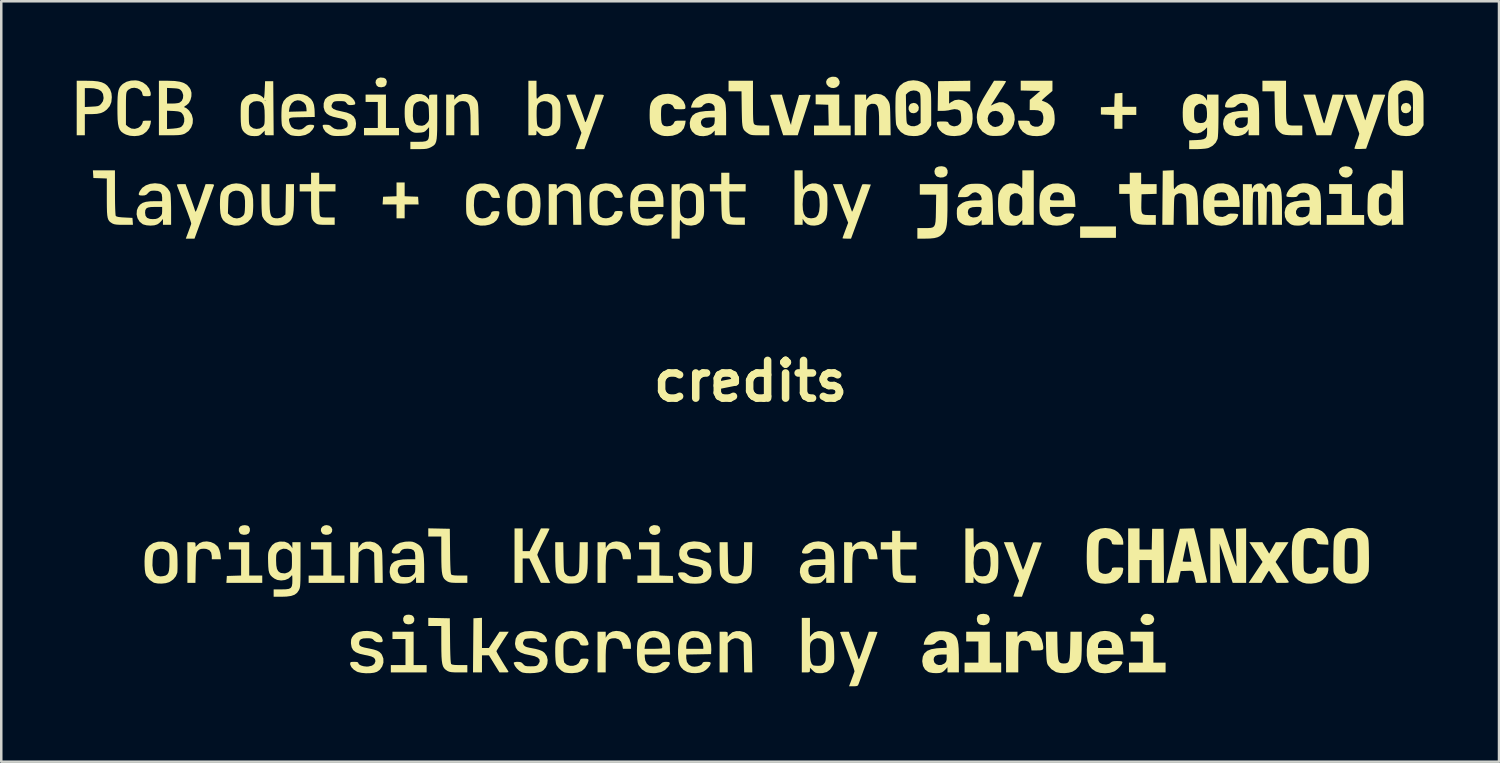
<source format=kicad_pcb>
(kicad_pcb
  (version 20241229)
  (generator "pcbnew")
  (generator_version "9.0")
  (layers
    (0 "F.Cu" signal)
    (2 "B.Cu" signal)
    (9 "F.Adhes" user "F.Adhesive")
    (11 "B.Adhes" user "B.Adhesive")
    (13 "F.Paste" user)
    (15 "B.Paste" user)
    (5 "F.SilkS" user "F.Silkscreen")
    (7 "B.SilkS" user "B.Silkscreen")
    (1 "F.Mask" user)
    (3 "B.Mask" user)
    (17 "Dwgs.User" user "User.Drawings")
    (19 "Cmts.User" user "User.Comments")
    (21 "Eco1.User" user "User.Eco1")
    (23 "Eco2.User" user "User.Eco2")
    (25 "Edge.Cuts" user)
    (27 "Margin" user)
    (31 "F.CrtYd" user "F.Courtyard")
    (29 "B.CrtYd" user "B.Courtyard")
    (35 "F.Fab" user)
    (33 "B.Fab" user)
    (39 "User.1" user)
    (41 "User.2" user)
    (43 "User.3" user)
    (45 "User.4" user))
  (footprint "credits"
    (layer "F.Cu")
    (at 26.791 12.101)
    (property "Reference" "credits" (at 0 0 0) (layer "F.SilkS") (effects (font (size 1.5 1.5) (thickness 0.3))))
    (attr board_only exclude_from_pos_files exclude_from_bom)
    (fp_poly (pts (xy 14.528 -5.921) (xy 14.528 -5.695) (xy 13.816 -5.695) (xy 13.104 -5.695) (xy 13.104 -5.921) (xy 13.104 -6.148) (xy 13.816 -6.148) (xy 14.528 -6.148)) (stroke (width 0) (type solid)) (fill yes) (layer "F.SilkS"))
    (fp_poly (pts (xy -16.744 5.751) (xy -16.668 5.814) (xy -16.631 5.899) (xy -16.64 5.99) (xy -16.691 6.062) (xy -16.777 6.104) (xy -16.884 6.113) (xy -16.984 6.089) (xy -17.031 6.056) (xy -17.082 5.962) (xy -17.078 5.868) (xy -17.025 5.788) (xy -16.932 5.738) (xy -16.852 5.727)) (stroke (width 0) (type solid)) (fill yes) (layer "F.SilkS"))
    (fp_poly (pts (xy 6.582 -11.039) (xy 6.654 -10.977) (xy 6.691 -10.887) (xy 6.68 -10.783) (xy 6.663 -10.748) (xy 6.592 -10.678) (xy 6.494 -10.648) (xy 6.394 -10.662) (xy 6.33 -10.705) (xy 6.284 -10.799) (xy 6.287 -10.903) (xy 6.334 -10.995) (xy 6.38 -11.032) (xy 6.486 -11.061)) (stroke (width 0) (type solid)) (fill yes) (layer "F.SilkS"))
    (fp_poly (pts (xy 26.158 -11.039) (xy 26.23 -10.977) (xy 26.267 -10.887) (xy 26.255 -10.783) (xy 26.239 -10.748) (xy 26.168 -10.678) (xy 26.069 -10.648) (xy 25.969 -10.662) (xy 25.906 -10.705) (xy 25.86 -10.799) (xy 25.862 -10.903) (xy 25.91 -10.995) (xy 25.956 -11.032) (xy 26.062 -11.061)) (stroke (width 0) (type solid)) (fill yes) (layer "F.SilkS"))
    (fp_poly (pts (xy -20.004 5.746) (xy -19.95 5.778) (xy -19.907 5.862) (xy -19.906 5.963) (xy -19.947 6.05) (xy -19.959 6.062) (xy -20.045 6.104) (xy -20.152 6.113) (xy -20.252 6.089) (xy -20.299 6.056) (xy -20.345 5.964) (xy -20.343 5.863) (xy -20.293 5.781) (xy -20.211 5.741) (xy -20.105 5.729)) (stroke (width 0) (type solid)) (fill yes) (layer "F.SilkS"))
    (fp_poly (pts (xy -13.479 9.307) (xy -13.417 9.346) (xy -13.37 9.438) (xy -13.373 9.539) (xy -13.422 9.621) (xy -13.509 9.664) (xy -13.616 9.673) (xy -13.716 9.649) (xy -13.763 9.615) (xy -13.808 9.525) (xy -13.809 9.423) (xy -13.766 9.338) (xy -13.765 9.337) (xy -13.687 9.297) (xy -13.581 9.287)) (stroke (width 0) (type solid)) (fill yes) (layer "F.SilkS"))
    (fp_poly (pts (xy -3.695 5.744) (xy -3.618 5.799) (xy -3.587 5.896) (xy -3.588 5.959) (xy -3.621 6.038) (xy -3.697 6.092) (xy -3.794 6.118) (xy -3.894 6.11) (xy -3.975 6.065) (xy -3.994 6.044) (xy -4.038 5.936) (xy -4.025 5.839) (xy -3.962 5.766) (xy -3.857 5.729) (xy -3.822 5.727)) (stroke (width 0) (type solid)) (fill yes) (layer "F.SilkS"))
    (fp_poly (pts (xy -14.573 -12.055) (xy -14.497 -12.008) (xy -14.465 -11.925) (xy -14.463 -11.892) (xy -14.486 -11.778) (xy -14.554 -11.708) (xy -14.67 -11.681) (xy -14.69 -11.681) (xy -14.792 -11.694) (xy -14.857 -11.741) (xy -14.866 -11.753) (xy -14.91 -11.859) (xy -14.896 -11.957) (xy -14.834 -12.032) (xy -14.73 -12.068) (xy -14.702 -12.069)) (stroke (width 0) (type solid)) (fill yes) (layer "F.SilkS"))
    (fp_poly (pts (xy 3.384 -12.093) (xy 3.451 -12.06) (xy 3.494 -12.014) (xy 3.542 -11.914) (xy 3.537 -11.819) (xy 3.489 -11.738) (xy 3.41 -11.679) (xy 3.31 -11.65) (xy 3.201 -11.66) (xy 3.094 -11.715) (xy 3.022 -11.804) (xy 3.004 -11.899) (xy 3.037 -11.988) (xy 3.112 -12.058) (xy 3.225 -12.097) (xy 3.282 -12.101)) (stroke (width 0) (type solid)) (fill yes) (layer "F.SilkS"))
    (fp_poly (pts (xy 7.712 -8.521) (xy 7.782 -8.477) (xy 7.833 -8.38) (xy 7.836 -8.271) (xy 7.794 -8.175) (xy 7.767 -8.149) (xy 7.663 -8.1) (xy 7.54 -8.092) (xy 7.427 -8.125) (xy 7.383 -8.155) (xy 7.326 -8.244) (xy 7.312 -8.348) (xy 7.34 -8.444) (xy 7.385 -8.492) (xy 7.484 -8.532) (xy 7.602 -8.542)) (stroke (width 0) (type solid)) (fill yes) (layer "F.SilkS"))
    (fp_poly (pts (xy 23.799 -8.52) (xy 23.891 -8.46) (xy 23.938 -8.376) (xy 23.934 -8.277) (xy 23.872 -8.176) (xy 23.865 -8.169) (xy 23.76 -8.102) (xy 23.669 -8.089) (xy 23.545 -8.116) (xy 23.473 -8.169) (xy 23.406 -8.27) (xy 23.396 -8.369) (xy 23.439 -8.456) (xy 23.528 -8.517) (xy 23.657 -8.542) (xy 23.668 -8.542)) (stroke (width 0) (type solid)) (fill yes) (layer "F.SilkS"))
    (fp_poly (pts (xy 9.392 9.274) (xy 9.475 9.334) (xy 9.511 9.436) (xy 9.513 9.475) (xy 9.486 9.592) (xy 9.409 9.67) (xy 9.288 9.706) (xy 9.254 9.707) (xy 9.123 9.684) (xy 9.06 9.642) (xy 9.009 9.554) (xy 8.997 9.447) (xy 9.023 9.348) (xy 9.054 9.308) (xy 9.137 9.268) (xy 9.259 9.254) (xy 9.26 9.254)) (stroke (width 0) (type solid)) (fill yes) (layer "F.SilkS"))
    (fp_poly (pts (xy 15.912 9.276) (xy 16.004 9.341) (xy 16.047 9.443) (xy 16.049 9.478) (xy 16.021 9.579) (xy 15.949 9.653) (xy 15.848 9.696) (xy 15.736 9.702) (xy 15.629 9.667) (xy 15.578 9.628) (xy 15.512 9.535) (xy 15.508 9.442) (xy 15.566 9.339) (xy 15.566 9.339) (xy 15.625 9.282) (xy 15.7 9.258) (xy 15.776 9.254)) (stroke (width 0) (type solid)) (fill yes) (layer "F.SilkS"))
    (fp_poly (pts (xy -19.932 7.07) (xy -19.932 7.733) (xy -19.673 7.733) (xy -19.414 7.733) (xy -19.414 7.879) (xy -19.414 8.024) (xy -20.128 8.024) (xy -20.841 8.024) (xy -20.831 7.887) (xy -20.822 7.749) (xy -20.538 7.74) (xy -20.255 7.731) (xy -20.255 7.214) (xy -20.255 6.698) (xy -20.498 6.698) (xy -20.741 6.698) (xy -20.741 6.552) (xy -20.741 6.407) (xy -20.336 6.407) (xy -19.932 6.407)) (stroke (width 0) (type solid)) (fill yes) (layer "F.SilkS"))
    (fp_poly (pts (xy -16.664 7.07) (xy -16.664 7.733) (xy -16.405 7.733) (xy -16.146 7.733) (xy -16.146 7.879) (xy -16.146 8.024) (xy -16.858 8.024) (xy -17.57 8.024) (xy -17.57 7.879) (xy -17.57 7.733) (xy -17.278 7.733) (xy -16.987 7.733) (xy -16.987 7.216) (xy -16.987 6.698) (xy -17.23 6.698) (xy -17.473 6.698) (xy -17.473 6.552) (xy -17.473 6.407) (xy -17.068 6.407) (xy -16.664 6.407)) (stroke (width 0) (type solid)) (fill yes) (layer "F.SilkS"))
    (fp_poly (pts (xy -14.496 -10.726) (xy -14.496 -10.063) (xy -14.237 -10.063) (xy -13.978 -10.063) (xy -13.978 -9.917) (xy -13.978 -9.772) (xy -14.674 -9.772) (xy -15.369 -9.772) (xy -15.369 -9.917) (xy -15.369 -10.063) (xy -15.094 -10.063) (xy -14.819 -10.063) (xy -14.819 -10.581) (xy -14.819 -11.098) (xy -15.062 -11.098) (xy -15.305 -11.098) (xy -15.305 -11.244) (xy -15.305 -11.39) (xy -14.9 -11.39) (xy -14.496 -11.39)) (stroke (width 0) (type solid)) (fill yes) (layer "F.SilkS"))
    (fp_poly (pts (xy -13.396 10.629) (xy -13.396 11.292) (xy -13.137 11.292) (xy -12.878 11.292) (xy -12.878 11.438) (xy -12.878 11.584) (xy -13.59 11.584) (xy -14.302 11.584) (xy -14.302 11.438) (xy -14.302 11.292) (xy -14.01 11.292) (xy -13.719 11.292) (xy -13.719 10.775) (xy -13.719 10.257) (xy -13.978 10.257) (xy -14.237 10.257) (xy -14.237 10.111) (xy -14.237 9.966) (xy -13.816 9.966) (xy -13.396 9.966)) (stroke (width 0) (type solid)) (fill yes) (layer "F.SilkS"))
    (fp_poly (pts (xy -3.624 7.069) (xy -3.624 7.731) (xy -3.357 7.74) (xy -3.09 7.749) (xy -3.08 7.887) (xy -3.07 8.024) (xy -3.784 8.024) (xy -4.498 8.024) (xy -4.498 7.879) (xy -4.498 7.733) (xy -4.223 7.733) (xy -3.948 7.733) (xy -3.948 7.216) (xy -3.948 6.698) (xy -4.19 6.698) (xy -4.433 6.698) (xy -4.433 6.552) (xy -4.433 6.407) (xy -4.028 6.407) (xy -3.624 6.407)) (stroke (width 0) (type solid)) (fill yes) (layer "F.SilkS"))
    (fp_poly (pts (xy 3.527 -10.775) (xy 3.527 -10.16) (xy 3.753 -10.16) (xy 3.98 -10.16) (xy 3.98 -9.966) (xy 3.98 -9.772) (xy 3.252 -9.772) (xy 2.524 -9.772) (xy 2.524 -9.966) (xy 2.524 -10.16) (xy 2.816 -10.16) (xy 3.108 -10.16) (xy 3.099 -10.573) (xy 3.09 -10.985) (xy 2.839 -10.995) (xy 2.589 -11.004) (xy 2.589 -11.197) (xy 2.589 -11.39) (xy 3.058 -11.39) (xy 3.527 -11.39)) (stroke (width 0) (type solid)) (fill yes) (layer "F.SilkS"))
    (fp_poly (pts (xy 9.513 10.581) (xy 9.513 11.195) (xy 9.739 11.195) (xy 9.966 11.195) (xy 9.966 11.39) (xy 9.966 11.584) (xy 9.238 11.584) (xy 8.51 11.584) (xy 8.51 11.39) (xy 8.51 11.195) (xy 8.785 11.195) (xy 9.06 11.195) (xy 9.06 10.775) (xy 9.06 10.354) (xy 8.817 10.354) (xy 8.575 10.354) (xy 8.575 10.16) (xy 8.575 9.966) (xy 9.044 9.966) (xy 9.513 9.966)) (stroke (width 0) (type solid)) (fill yes) (layer "F.SilkS"))
    (fp_poly (pts (xy 16.017 10.581) (xy 16.017 11.195) (xy 16.259 11.195) (xy 16.502 11.195) (xy 16.502 11.39) (xy 16.502 11.584) (xy 15.774 11.584) (xy 15.046 11.584) (xy 15.046 11.39) (xy 15.046 11.195) (xy 15.321 11.195) (xy 15.596 11.195) (xy 15.596 10.775) (xy 15.596 10.354) (xy 15.353 10.354) (xy 15.111 10.354) (xy 15.111 10.16) (xy 15.111 9.966) (xy 15.564 9.966) (xy 16.017 9.966)) (stroke (width 0) (type solid)) (fill yes) (layer "F.SilkS"))
    (fp_poly (pts (xy 23.912 -7.216) (xy 23.912 -6.601) (xy 24.154 -6.601) (xy 24.397 -6.601) (xy 24.397 -6.407) (xy 24.397 -6.212) (xy 23.653 -6.212) (xy 22.909 -6.212) (xy 22.909 -6.407) (xy 22.909 -6.601) (xy 23.2 -6.601) (xy 23.491 -6.601) (xy 23.491 -7.021) (xy 23.491 -7.442) (xy 23.248 -7.442) (xy 23.006 -7.442) (xy 23.006 -7.636) (xy 23.006 -7.83) (xy 23.459 -7.83) (xy 23.912 -7.83)) (stroke (width 0) (type solid)) (fill yes) (layer "F.SilkS"))
    (fp_poly (pts (xy -13.752 -7.621) (xy -13.752 -7.348) (xy -13.485 -7.338) (xy -13.218 -7.329) (xy -13.208 -7.175) (xy -13.198 -7.021) (xy -13.475 -7.021) (xy -13.752 -7.021) (xy -13.752 -6.746) (xy -13.752 -6.471) (xy -13.913 -6.471) (xy -14.075 -6.471) (xy -14.075 -6.746) (xy -14.075 -7.021) (xy -14.352 -7.021) (xy -14.629 -7.021) (xy -14.619 -7.175) (xy -14.609 -7.329) (xy -14.342 -7.338) (xy -14.075 -7.348) (xy -14.075 -7.621) (xy -14.075 -7.895) (xy -13.913 -7.895) (xy -13.752 -7.895)) (stroke (width 0) (type solid)) (fill yes) (layer "F.SilkS"))
    (fp_poly (pts (xy 14.787 -11.181) (xy 14.787 -10.904) (xy 15.062 -10.904) (xy 15.337 -10.904) (xy 15.337 -10.742) (xy 15.337 -10.581) (xy 15.062 -10.581) (xy 14.787 -10.581) (xy 14.787 -10.306) (xy 14.787 -10.031) (xy 14.625 -10.031) (xy 14.463 -10.031) (xy 14.463 -10.304) (xy 14.463 -10.578) (xy 14.196 -10.587) (xy 13.93 -10.597) (xy 13.93 -10.742) (xy 13.93 -10.888) (xy 14.195 -10.897) (xy 14.461 -10.907) (xy 14.47 -11.172) (xy 14.48 -11.438) (xy 14.633 -11.448) (xy 14.787 -11.458)) (stroke (width 0) (type solid)) (fill yes) (layer "F.SilkS"))
    (fp_poly (pts (xy 15.466 6.277) (xy 15.466 6.698) (xy 15.708 6.698) (xy 15.95 6.698) (xy 15.959 6.285) (xy 15.968 5.873) (xy 16.195 5.873) (xy 16.421 5.873) (xy 16.43 6.949) (xy 16.438 8.024) (xy 16.195 8.024) (xy 15.952 8.024) (xy 15.952 7.571) (xy 15.952 7.118) (xy 15.709 7.118) (xy 15.466 7.118) (xy 15.466 7.571) (xy 15.466 8.024) (xy 15.24 8.024) (xy 15.014 8.024) (xy 15.014 6.941) (xy 15.014 5.857) (xy 15.24 5.857) (xy 15.466 5.857)) (stroke (width 0) (type solid)) (fill yes) (layer "F.SilkS"))
    (fp_poly (pts (xy 19.705 6.939) (xy 19.705 8.024) (xy 19.438 8.024) (xy 19.17 8.024) (xy 18.91 7.242) (xy 18.65 6.46) (xy 18.664 7.242) (xy 18.678 8.024) (xy 18.48 8.024) (xy 18.282 8.024) (xy 18.282 6.941) (xy 18.282 5.857) (xy 18.538 5.857) (xy 18.794 5.857) (xy 19.07 6.674) (xy 19.141 6.882) (xy 19.205 7.062) (xy 19.257 7.206) (xy 19.297 7.309) (xy 19.322 7.363) (xy 19.329 7.363) (xy 19.328 7.36) (xy 19.323 7.288) (xy 19.317 7.164) (xy 19.313 6.999) (xy 19.309 6.805) (xy 19.306 6.595) (xy 19.306 6.551) (xy 19.301 5.873) (xy 19.503 5.863) (xy 19.705 5.853)) (stroke (width 0) (type solid)) (fill yes) (layer "F.SilkS"))
    (fp_poly (pts (xy -5.18 6.39) (xy -5.031 6.448) (xy -4.907 6.552) (xy -4.814 6.697) (xy -4.763 6.866) (xy -4.756 6.947) (xy -4.756 7.086) (xy -4.915 7.086) (xy -5.074 7.086) (xy -5.097 6.951) (xy -5.146 6.806) (xy -5.235 6.711) (xy -5.36 6.668) (xy -5.404 6.665) (xy -5.514 6.672) (xy -5.599 6.697) (xy -5.662 6.748) (xy -5.707 6.831) (xy -5.736 6.953) (xy -5.752 7.123) (xy -5.759 7.345) (xy -5.759 7.49) (xy -5.759 8.024) (xy -5.921 8.024) (xy -6.083 8.024) (xy -6.083 7.216) (xy -6.083 6.407) (xy -5.921 6.407) (xy -5.759 6.407) (xy -5.758 6.528) (xy -5.757 6.649) (xy -5.709 6.561) (xy -5.621 6.462) (xy -5.493 6.398) (xy -5.34 6.374)) (stroke (width 0) (type solid)) (fill yes) (layer "F.SilkS"))
    (fp_poly (pts (xy -5.18 9.95) (xy -5.031 10.007) (xy -4.907 10.111) (xy -4.814 10.257) (xy -4.763 10.425) (xy -4.756 10.507) (xy -4.756 10.645) (xy -4.915 10.645) (xy -5.074 10.645) (xy -5.097 10.511) (xy -5.146 10.365) (xy -5.235 10.27) (xy -5.36 10.227) (xy -5.404 10.225) (xy -5.514 10.232) (xy -5.599 10.257) (xy -5.662 10.307) (xy -5.707 10.39) (xy -5.736 10.513) (xy -5.752 10.682) (xy -5.759 10.905) (xy -5.759 11.049) (xy -5.759 11.584) (xy -5.921 11.584) (xy -6.083 11.584) (xy -6.083 10.775) (xy -6.083 9.966) (xy -5.921 9.966) (xy -5.759 9.966) (xy -5.758 10.087) (xy -5.757 10.209) (xy -5.709 10.12) (xy -5.621 10.021) (xy -5.493 9.958) (xy -5.34 9.933)) (stroke (width 0) (type solid)) (fill yes) (layer "F.SilkS"))
    (fp_poly (pts (xy 3.458 -7.83) (xy 3.64 -7.83) (xy 3.83 -7.304) (xy 3.893 -7.129) (xy 3.949 -6.973) (xy 3.993 -6.848) (xy 4.023 -6.764) (xy 4.033 -6.734) (xy 4.047 -6.748) (xy 4.078 -6.815) (xy 4.122 -6.926) (xy 4.177 -7.073) (xy 4.237 -7.246) (xy 4.299 -7.425) (xy 4.354 -7.581) (xy 4.399 -7.706) (xy 4.43 -7.789) (xy 4.443 -7.819) (xy 4.481 -7.826) (xy 4.562 -7.827) (xy 4.621 -7.824) (xy 4.784 -7.814) (xy 4.39 -6.739) (xy 3.996 -5.663) (xy 3.826 -5.663) (xy 3.731 -5.665) (xy 3.67 -5.672) (xy 3.656 -5.678) (xy 3.667 -5.713) (xy 3.696 -5.795) (xy 3.737 -5.909) (xy 3.769 -5.994) (xy 3.882 -6.295) (xy 3.579 -7.063) (xy 3.275 -7.83)) (stroke (width 0) (type solid)) (fill yes) (layer "F.SilkS"))
    (fp_poly (pts (xy 7.83 -7.072) (xy 7.829 -6.778) (xy 7.824 -6.542) (xy 7.815 -6.354) (xy 7.8 -6.207) (xy 7.778 -6.093) (xy 7.748 -6.005) (xy 7.708 -5.933) (xy 7.657 -5.871) (xy 7.639 -5.852) (xy 7.545 -5.773) (xy 7.438 -5.718) (xy 7.304 -5.684) (xy 7.132 -5.667) (xy 6.949 -5.663) (xy 6.633 -5.662) (xy 6.633 -5.873) (xy 6.633 -6.083) (xy 6.921 -6.083) (xy 7.062 -6.084) (xy 7.17 -6.091) (xy 7.248 -6.113) (xy 7.301 -6.156) (xy 7.336 -6.231) (xy 7.355 -6.343) (xy 7.365 -6.501) (xy 7.37 -6.713) (xy 7.371 -6.808) (xy 7.381 -7.41) (xy 7.056 -7.41) (xy 6.73 -7.41) (xy 6.73 -7.62) (xy 6.73 -7.83) (xy 7.28 -7.83) (xy 7.83 -7.83)) (stroke (width 0) (type solid)) (fill yes) (layer "F.SilkS"))
    (fp_poly (pts (xy 10.253 6.407) (xy 10.435 6.407) (xy 10.625 6.933) (xy 10.688 7.108) (xy 10.744 7.264) (xy 10.788 7.389) (xy 10.818 7.473) (xy 10.828 7.503) (xy 10.842 7.489) (xy 10.873 7.422) (xy 10.917 7.31) (xy 10.971 7.164) (xy 11.032 6.991) (xy 11.094 6.812) (xy 11.149 6.655) (xy 11.194 6.531) (xy 11.225 6.448) (xy 11.238 6.418) (xy 11.276 6.411) (xy 11.357 6.41) (xy 11.416 6.413) (xy 11.579 6.423) (xy 11.185 7.498) (xy 10.791 8.574) (xy 10.621 8.574) (xy 10.526 8.572) (xy 10.464 8.565) (xy 10.451 8.559) (xy 10.462 8.524) (xy 10.491 8.442) (xy 10.532 8.328) (xy 10.564 8.243) (xy 10.677 7.942) (xy 10.374 7.174) (xy 10.07 6.407)) (stroke (width 0) (type solid)) (fill yes) (layer "F.SilkS"))
    (fp_poly (pts (xy -25.27 -7.499) (xy -25.269 -7.256) (xy -25.266 -7.038) (xy -25.261 -6.851) (xy -25.254 -6.705) (xy -25.247 -6.608) (xy -25.239 -6.568) (xy -25.203 -6.543) (xy -25.126 -6.524) (xy -25 -6.51) (xy -24.892 -6.504) (xy -24.575 -6.488) (xy -24.565 -6.35) (xy -24.555 -6.212) (xy -24.921 -6.213) (xy -25.09 -6.214) (xy -25.209 -6.221) (xy -25.293 -6.235) (xy -25.356 -6.257) (xy -25.39 -6.276) (xy -25.451 -6.316) (xy -25.498 -6.359) (xy -25.533 -6.414) (xy -25.559 -6.488) (xy -25.576 -6.591) (xy -25.587 -6.728) (xy -25.592 -6.91) (xy -25.594 -7.145) (xy -25.594 -7.294) (xy -25.594 -8.054) (xy -25.861 -8.064) (xy -26.128 -8.073) (xy -26.138 -8.227) (xy -26.148 -8.38) (xy -25.709 -8.38) (xy -25.271 -8.38)) (stroke (width 0) (type solid)) (fill yes) (layer "F.SilkS"))
    (fp_poly (pts (xy -12.385 5.864) (xy -11.956 5.873) (xy -11.947 6.76) (xy -11.943 7.072) (xy -11.936 7.321) (xy -11.928 7.507) (xy -11.917 7.629) (xy -11.905 7.687) (xy -11.903 7.69) (xy -11.857 7.713) (xy -11.761 7.727) (xy -11.609 7.733) (xy -11.564 7.733) (xy -11.26 7.733) (xy -11.26 7.879) (xy -11.26 8.024) (xy -11.608 8.024) (xy -11.773 8.022) (xy -11.888 8.015) (xy -11.97 8) (xy -12.033 7.976) (xy -12.063 7.959) (xy -12.131 7.911) (xy -12.185 7.856) (xy -12.226 7.784) (xy -12.255 7.689) (xy -12.275 7.562) (xy -12.287 7.394) (xy -12.293 7.179) (xy -12.295 6.906) (xy -12.295 6.9) (xy -12.296 6.18) (xy -12.554 6.18) (xy -12.813 6.18) (xy -12.813 6.017) (xy -12.813 5.855)) (stroke (width 0) (type solid)) (fill yes) (layer "F.SilkS"))
    (fp_poly (pts (xy -12.385 9.423) (xy -11.956 9.432) (xy -11.947 10.319) (xy -11.943 10.631) (xy -11.936 10.881) (xy -11.928 11.066) (xy -11.917 11.189) (xy -11.905 11.246) (xy -11.903 11.249) (xy -11.857 11.273) (xy -11.761 11.287) (xy -11.609 11.292) (xy -11.564 11.292) (xy -11.26 11.292) (xy -11.26 11.438) (xy -11.26 11.584) (xy -11.608 11.584) (xy -11.773 11.582) (xy -11.888 11.574) (xy -11.97 11.559) (xy -12.033 11.535) (xy -12.063 11.518) (xy -12.131 11.47) (xy -12.185 11.415) (xy -12.226 11.343) (xy -12.255 11.248) (xy -12.275 11.121) (xy -12.287 10.953) (xy -12.293 10.738) (xy -12.295 10.466) (xy -12.295 10.459) (xy -12.296 9.739) (xy -12.554 9.739) (xy -12.813 9.739) (xy -12.813 9.577) (xy -12.813 9.414)) (stroke (width 0) (type solid)) (fill yes) (layer "F.SilkS"))
    (fp_poly (pts (xy 11.17 9.943) (xy 11.341 9.995) (xy 11.473 10.1) (xy 11.568 10.255) (xy 11.618 10.43) (xy 11.639 10.564) (xy 11.636 10.646) (xy 11.599 10.69) (xy 11.519 10.707) (xy 11.395 10.71) (xy 11.171 10.71) (xy 11.149 10.573) (xy 11.113 10.44) (xy 11.05 10.361) (xy 10.95 10.325) (xy 10.888 10.322) (xy 10.808 10.325) (xy 10.748 10.339) (xy 10.704 10.372) (xy 10.675 10.433) (xy 10.658 10.53) (xy 10.649 10.669) (xy 10.646 10.861) (xy 10.645 11.012) (xy 10.645 11.584) (xy 10.403 11.584) (xy 10.16 11.584) (xy 10.16 10.775) (xy 10.16 9.966) (xy 10.386 9.966) (xy 10.613 9.966) (xy 10.613 10.066) (xy 10.613 10.167) (xy 10.705 10.069) (xy 10.833 9.978) (xy 11 9.938)) (stroke (width 0) (type solid)) (fill yes) (layer "F.SilkS"))
    (fp_poly (pts (xy 22.506 -11.204) (xy 22.536 -11.1) (xy 22.579 -10.953) (xy 22.629 -10.782) (xy 22.679 -10.607) (xy 22.681 -10.6) (xy 22.731 -10.434) (xy 22.766 -10.324) (xy 22.791 -10.263) (xy 22.808 -10.245) (xy 22.82 -10.263) (xy 22.824 -10.277) (xy 22.841 -10.339) (xy 22.872 -10.451) (xy 22.914 -10.598) (xy 22.963 -10.769) (xy 22.995 -10.88) (xy 23.144 -11.39) (xy 23.366 -11.39) (xy 23.477 -11.386) (xy 23.556 -11.378) (xy 23.589 -11.366) (xy 23.589 -11.365) (xy 23.579 -11.329) (xy 23.553 -11.24) (xy 23.512 -11.106) (xy 23.459 -10.936) (xy 23.396 -10.739) (xy 23.338 -10.557) (xy 23.086 -9.773) (xy 22.795 -9.773) (xy 22.504 -9.773) (xy 22.241 -10.581) (xy 21.977 -11.39) (xy 22.214 -11.39) (xy 22.451 -11.39)) (stroke (width 0) (type solid)) (fill yes) (layer "F.SilkS"))
    (fp_poly (pts (xy -15.108 6.382) (xy -14.937 6.422) (xy -14.798 6.512) (xy -14.708 6.613) (xy -14.685 6.648) (xy -14.668 6.69) (xy -14.656 6.747) (xy -14.647 6.831) (xy -14.64 6.949) (xy -14.636 7.113) (xy -14.632 7.33) (xy -14.631 7.363) (xy -14.622 8.024) (xy -14.783 8.024) (xy -14.945 8.024) (xy -14.955 7.423) (xy -14.965 6.822) (xy -15.056 6.744) (xy -15.175 6.678) (xy -15.272 6.665) (xy -15.409 6.692) (xy -15.489 6.744) (xy -15.58 6.822) (xy -15.59 7.423) (xy -15.6 8.024) (xy -15.76 8.024) (xy -15.919 8.024) (xy -15.919 7.216) (xy -15.919 6.407) (xy -15.758 6.407) (xy -15.596 6.407) (xy -15.596 6.528) (xy -15.596 6.649) (xy -15.535 6.55) (xy -15.434 6.444) (xy -15.293 6.388) (xy -15.11 6.382)) (stroke (width 0) (type solid)) (fill yes) (layer "F.SilkS"))
    (fp_poly (pts (xy -7.039 -7.814) (xy -6.904 -7.722) (xy -6.811 -7.6) (xy -6.788 -7.556) (xy -6.771 -7.504) (xy -6.759 -7.434) (xy -6.75 -7.337) (xy -6.744 -7.202) (xy -6.739 -7.019) (xy -6.736 -6.852) (xy -6.725 -6.212) (xy -6.887 -6.212) (xy -7.049 -6.212) (xy -7.059 -6.814) (xy -7.07 -7.415) (xy -7.161 -7.493) (xy -7.285 -7.562) (xy -7.419 -7.572) (xy -7.548 -7.524) (xy -7.606 -7.477) (xy -7.701 -7.382) (xy -7.701 -6.797) (xy -7.701 -6.212) (xy -7.863 -6.212) (xy -8.024 -6.212) (xy -8.024 -7.021) (xy -8.024 -7.83) (xy -7.863 -7.83) (xy -7.767 -7.828) (xy -7.719 -7.815) (xy -7.703 -7.781) (xy -7.701 -7.729) (xy -7.701 -7.627) (xy -7.637 -7.708) (xy -7.52 -7.807) (xy -7.364 -7.854) (xy -7.213 -7.855)) (stroke (width 0) (type solid)) (fill yes) (layer "F.SilkS"))
    (fp_poly (pts (xy -0.244 9.983) (xy -0.109 10.074) (xy -0.016 10.196) (xy 0.006 10.24) (xy 0.023 10.292) (xy 0.036 10.362) (xy 0.045 10.459) (xy 0.051 10.594) (xy 0.056 10.777) (xy 0.059 10.945) (xy 0.07 11.584) (xy -0.092 11.584) (xy -0.254 11.584) (xy -0.264 10.982) (xy -0.275 10.381) (xy -0.366 10.303) (xy -0.49 10.234) (xy -0.624 10.224) (xy -0.753 10.272) (xy -0.811 10.319) (xy -0.906 10.414) (xy -0.906 10.999) (xy -0.906 11.584) (xy -1.068 11.584) (xy -1.23 11.584) (xy -1.23 10.775) (xy -1.23 9.966) (xy -1.068 9.966) (xy -0.972 9.968) (xy -0.924 9.981) (xy -0.908 10.015) (xy -0.906 10.067) (xy -0.906 10.169) (xy -0.842 10.088) (xy -0.725 9.989) (xy -0.569 9.942) (xy -0.418 9.941)) (stroke (width 0) (type solid)) (fill yes) (layer "F.SilkS"))
    (fp_poly (pts (xy 21.291 -11.115) (xy 21.291 -10.841) (xy 21.292 -10.625) (xy 21.298 -10.461) (xy 21.312 -10.34) (xy 21.335 -10.257) (xy 21.372 -10.204) (xy 21.424 -10.175) (xy 21.494 -10.162) (xy 21.586 -10.16) (xy 21.679 -10.16) (xy 21.938 -10.16) (xy 21.938 -9.966) (xy 21.938 -9.772) (xy 21.59 -9.772) (xy 21.405 -9.776) (xy 21.271 -9.788) (xy 21.176 -9.809) (xy 21.134 -9.827) (xy 21.048 -9.888) (xy 20.963 -9.977) (xy 20.94 -10.009) (xy 20.911 -10.054) (xy 20.89 -10.096) (xy 20.874 -10.146) (xy 20.863 -10.214) (xy 20.856 -10.308) (xy 20.851 -10.439) (xy 20.847 -10.616) (xy 20.843 -10.829) (xy 20.833 -11.519) (xy 20.593 -11.519) (xy 20.352 -11.519) (xy 20.352 -11.729) (xy 20.352 -11.94) (xy 20.822 -11.94) (xy 21.291 -11.94)) (stroke (width 0) (type solid)) (fill yes) (layer "F.SilkS"))
    (fp_poly (pts (xy -10.678 10.013) (xy -10.678 10.613) (xy -10.54 10.612) (xy -10.403 10.612) (xy -10.192 10.289) (xy -9.982 9.967) (xy -9.797 9.966) (xy -9.612 9.966) (xy -9.854 10.339) (xy -9.943 10.476) (xy -10.018 10.595) (xy -10.073 10.684) (xy -10.101 10.733) (xy -10.104 10.738) (xy -10.09 10.774) (xy -10.047 10.856) (xy -9.978 10.975) (xy -9.89 11.123) (xy -9.787 11.292) (xy -9.673 11.472) (xy -9.649 11.511) (xy -9.626 11.552) (xy -9.63 11.573) (xy -9.674 11.582) (xy -9.769 11.583) (xy -9.792 11.583) (xy -9.982 11.583) (xy -10.192 11.244) (xy -10.401 10.904) (xy -10.54 10.904) (xy -10.678 10.904) (xy -10.678 11.244) (xy -10.678 11.584) (xy -10.856 11.584) (xy -11.035 11.584) (xy -11.026 10.508) (xy -11.017 9.432) (xy -10.848 9.422) (xy -10.678 9.412)) (stroke (width 0) (type solid)) (fill yes) (layer "F.SilkS"))
    (fp_poly (pts (xy 0.097 -11.101) (xy 0.098 -10.841) (xy 0.099 -10.638) (xy 0.103 -10.485) (xy 0.108 -10.374) (xy 0.116 -10.297) (xy 0.127 -10.248) (xy 0.141 -10.219) (xy 0.148 -10.211) (xy 0.195 -10.183) (xy 0.276 -10.167) (xy 0.404 -10.161) (xy 0.471 -10.16) (xy 0.744 -10.16) (xy 0.744 -9.966) (xy 0.744 -9.772) (xy 0.377 -9.772) (xy 0.213 -9.773) (xy 0.098 -9.778) (xy 0.019 -9.79) (xy -0.04 -9.811) (xy -0.094 -9.842) (xy -0.097 -9.845) (xy -0.172 -9.897) (xy -0.23 -9.947) (xy -0.272 -10.002) (xy -0.303 -10.072) (xy -0.323 -10.167) (xy -0.336 -10.294) (xy -0.343 -10.464) (xy -0.348 -10.686) (xy -0.35 -10.809) (xy -0.359 -11.519) (xy -0.617 -11.519) (xy -0.874 -11.519) (xy -0.874 -11.729) (xy -0.874 -11.94) (xy -0.388 -11.94) (xy 0.097 -11.94)) (stroke (width 0) (type solid)) (fill yes) (layer "F.SilkS"))
    (fp_poly (pts (xy -9.06 6.31) (xy -9.06 6.763) (xy -8.921 6.763) (xy -8.783 6.763) (xy -8.558 6.31) (xy -8.334 5.857) (xy -8.163 5.857) (xy -8.068 5.859) (xy -8.006 5.867) (xy -7.992 5.873) (xy -8.006 5.906) (xy -8.044 5.987) (xy -8.102 6.106) (xy -8.174 6.253) (xy -8.235 6.374) (xy -8.316 6.538) (xy -8.385 6.684) (xy -8.438 6.801) (xy -8.47 6.879) (xy -8.477 6.904) (xy -8.464 6.947) (xy -8.427 7.037) (xy -8.37 7.166) (xy -8.298 7.322) (xy -8.22 7.487) (xy -7.963 8.024) (xy -8.15 8.024) (xy -8.336 8.024) (xy -8.566 7.539) (xy -8.796 7.054) (xy -8.928 7.054) (xy -9.06 7.054) (xy -9.06 7.539) (xy -9.06 8.024) (xy -9.222 8.024) (xy -9.383 8.024) (xy -9.383 6.941) (xy -9.383 5.857) (xy -9.222 5.857) (xy -9.06 5.857)) (stroke (width 0) (type solid)) (fill yes) (layer "F.SilkS"))
    (fp_poly (pts (xy 1.246 -11.389) (xy 1.401 -10.847) (xy 1.454 -10.666) (xy 1.502 -10.502) (xy 1.543 -10.368) (xy 1.572 -10.276) (xy 1.585 -10.241) (xy 1.613 -10.176) (xy 1.616 -10.241) (xy 1.625 -10.292) (xy 1.65 -10.394) (xy 1.688 -10.535) (xy 1.734 -10.702) (xy 1.774 -10.839) (xy 1.929 -11.373) (xy 2.166 -11.383) (xy 2.291 -11.385) (xy 2.362 -11.379) (xy 2.388 -11.364) (xy 2.387 -11.351) (xy 2.373 -11.309) (xy 2.342 -11.215) (xy 2.297 -11.077) (xy 2.241 -10.904) (xy 2.177 -10.705) (xy 2.123 -10.54) (xy 1.875 -9.772) (xy 1.586 -9.772) (xy 1.297 -9.772) (xy 1.051 -10.536) (xy 0.982 -10.748) (xy 0.919 -10.942) (xy 0.865 -11.107) (xy 0.823 -11.236) (xy 0.796 -11.318) (xy 0.787 -11.345) (xy 0.79 -11.368) (xy 0.83 -11.382) (xy 0.917 -11.388) (xy 1.008 -11.389)) (stroke (width 0) (type solid)) (fill yes) (layer "F.SilkS"))
    (fp_poly (pts (xy 20.485 6.634) (xy 20.62 6.862) (xy 20.751 6.634) (xy 20.882 6.407) (xy 21.136 6.407) (xy 21.39 6.407) (xy 21.271 6.593) (xy 21.188 6.72) (xy 21.092 6.867) (xy 21.013 6.985) (xy 20.875 7.192) (xy 21.125 7.568) (xy 21.218 7.707) (xy 21.299 7.829) (xy 21.361 7.923) (xy 21.396 7.977) (xy 21.4 7.984) (xy 21.397 8.005) (xy 21.352 8.018) (xy 21.257 8.024) (xy 21.17 8.024) (xy 20.917 8.024) (xy 20.773 7.782) (xy 20.707 7.673) (xy 20.652 7.59) (xy 20.618 7.545) (xy 20.612 7.54) (xy 20.589 7.567) (xy 20.543 7.637) (xy 20.482 7.737) (xy 20.455 7.783) (xy 20.315 8.024) (xy 20.058 8.024) (xy 19.802 8.024) (xy 20.08 7.607) (xy 20.358 7.19) (xy 20.096 6.798) (xy 19.833 6.407) (xy 20.091 6.407) (xy 20.349 6.407)) (stroke (width 0) (type solid)) (fill yes) (layer "F.SilkS"))
    (fp_poly (pts (xy -6.785 -10.896) (xy -6.722 -10.722) (xy -6.665 -10.564) (xy -6.62 -10.434) (xy -6.591 -10.344) (xy -6.582 -10.315) (xy -6.572 -10.294) (xy -6.554 -10.307) (xy -6.528 -10.358) (xy -6.489 -10.453) (xy -6.437 -10.599) (xy -6.368 -10.801) (xy -6.365 -10.808) (xy -6.168 -11.39) (xy -5.993 -11.39) (xy -5.886 -11.385) (xy -5.836 -11.369) (xy -5.832 -11.349) (xy -5.846 -11.31) (xy -5.88 -11.218) (xy -5.93 -11.079) (xy -5.995 -10.901) (xy -6.072 -10.692) (xy -6.157 -10.459) (xy -6.228 -10.265) (xy -6.61 -9.222) (xy -6.782 -9.222) (xy -6.955 -9.222) (xy -6.839 -9.545) (xy -6.723 -9.868) (xy -7.018 -10.604) (xy -7.099 -10.809) (xy -7.172 -10.994) (xy -7.233 -11.15) (xy -7.279 -11.27) (xy -7.306 -11.344) (xy -7.313 -11.365) (xy -7.283 -11.379) (xy -7.208 -11.388) (xy -7.14 -11.39) (xy -6.967 -11.39)) (stroke (width 0) (type solid)) (fill yes) (layer "F.SilkS"))
    (fp_poly (pts (xy 15.531 -8.057) (xy 15.531 -7.83) (xy 15.839 -7.83) (xy 16.146 -7.83) (xy 16.146 -7.637) (xy 16.146 -7.444) (xy 15.847 -7.435) (xy 15.547 -7.426) (xy 15.538 -7.065) (xy 15.536 -6.884) (xy 15.543 -6.757) (xy 15.567 -6.675) (xy 15.616 -6.628) (xy 15.696 -6.607) (xy 15.815 -6.601) (xy 15.873 -6.601) (xy 16.114 -6.601) (xy 16.114 -6.407) (xy 16.114 -6.212) (xy 15.782 -6.213) (xy 15.593 -6.218) (xy 15.458 -6.232) (xy 15.364 -6.257) (xy 15.345 -6.266) (xy 15.255 -6.321) (xy 15.188 -6.392) (xy 15.141 -6.488) (xy 15.11 -6.62) (xy 15.092 -6.797) (xy 15.083 -6.997) (xy 15.071 -7.442) (xy 14.864 -7.442) (xy 14.658 -7.442) (xy 14.658 -7.636) (xy 14.658 -7.83) (xy 14.868 -7.83) (xy 15.078 -7.83) (xy 15.078 -8.057) (xy 15.078 -8.283) (xy 15.305 -8.283) (xy 15.531 -8.283)) (stroke (width 0) (type solid)) (fill yes) (layer "F.SilkS"))
    (fp_poly (pts (xy -19.123 -7.262) (xy -19.121 -7.015) (xy -19.114 -6.826) (xy -19.097 -6.686) (xy -19.069 -6.588) (xy -19.027 -6.525) (xy -18.966 -6.49) (xy -18.885 -6.474) (xy -18.798 -6.471) (xy -18.661 -6.499) (xy -18.583 -6.549) (xy -18.492 -6.627) (xy -18.481 -7.229) (xy -18.471 -7.83) (xy -18.311 -7.83) (xy -18.152 -7.83) (xy -18.154 -7.256) (xy -18.157 -6.992) (xy -18.167 -6.784) (xy -18.188 -6.623) (xy -18.221 -6.5) (xy -18.27 -6.406) (xy -18.337 -6.333) (xy -18.426 -6.272) (xy -18.482 -6.241) (xy -18.608 -6.201) (xy -18.766 -6.183) (xy -18.93 -6.186) (xy -19.071 -6.212) (xy -19.107 -6.226) (xy -19.229 -6.306) (xy -19.339 -6.421) (xy -19.412 -6.546) (xy -19.412 -6.546) (xy -19.424 -6.61) (xy -19.434 -6.728) (xy -19.441 -6.888) (xy -19.445 -7.081) (xy -19.446 -7.234) (xy -19.446 -7.83) (xy -19.285 -7.83) (xy -19.123 -7.83)) (stroke (width 0) (type solid)) (fill yes) (layer "F.SilkS"))
    (fp_poly (pts (xy -11.116 -11.373) (xy -10.981 -11.282) (xy -10.888 -11.16) (xy -10.865 -11.115) (xy -10.848 -11.063) (xy -10.836 -10.994) (xy -10.827 -10.896) (xy -10.821 -10.761) (xy -10.816 -10.579) (xy -10.813 -10.411) (xy -10.802 -9.772) (xy -10.966 -9.772) (xy -11.131 -9.772) (xy -11.131 -10.307) (xy -11.134 -10.562) (xy -11.145 -10.759) (xy -11.167 -10.906) (xy -11.203 -11.01) (xy -11.256 -11.077) (xy -11.328 -11.115) (xy -11.423 -11.129) (xy -11.471 -11.131) (xy -11.579 -11.112) (xy -11.673 -11.046) (xy -11.683 -11.036) (xy -11.778 -10.942) (xy -11.778 -10.357) (xy -11.778 -9.772) (xy -11.94 -9.772) (xy -12.101 -9.772) (xy -12.101 -10.581) (xy -12.101 -11.39) (xy -11.94 -11.39) (xy -11.844 -11.388) (xy -11.796 -11.375) (xy -11.78 -11.34) (xy -11.778 -11.288) (xy -11.778 -11.187) (xy -11.714 -11.268) (xy -11.597 -11.366) (xy -11.44 -11.414) (xy -11.29 -11.414)) (stroke (width 0) (type solid)) (fill yes) (layer "F.SilkS"))
    (fp_poly (pts (xy -21.46 6.401) (xy -21.315 6.466) (xy -21.196 6.568) (xy -21.162 6.615) (xy -21.118 6.716) (xy -21.084 6.842) (xy -21.074 6.908) (xy -21.055 7.086) (xy -21.238 7.086) (xy -21.42 7.086) (xy -21.42 6.955) (xy -21.445 6.818) (xy -21.517 6.725) (xy -21.638 6.674) (xy -21.737 6.665) (xy -21.847 6.673) (xy -21.921 6.703) (xy -21.973 6.749) (xy -22 6.781) (xy -22.021 6.815) (xy -22.035 6.863) (xy -22.045 6.933) (xy -22.052 7.035) (xy -22.056 7.181) (xy -22.06 7.379) (xy -22.061 7.428) (xy -22.071 8.024) (xy -22.231 8.024) (xy -22.391 8.024) (xy -22.391 7.216) (xy -22.391 6.407) (xy -22.229 6.407) (xy -22.133 6.409) (xy -22.086 6.422) (xy -22.069 6.456) (xy -22.067 6.511) (xy -22.066 6.58) (xy -22.054 6.591) (xy -22.021 6.55) (xy -22.017 6.543) (xy -21.911 6.445) (xy -21.774 6.389) (xy -21.618 6.375)) (stroke (width 0) (type solid)) (fill yes) (layer "F.SilkS"))
    (fp_poly (pts (xy 4.553 6.379) (xy 4.708 6.423) (xy 4.821 6.493) (xy 4.923 6.599) (xy 4.988 6.725) (xy 5.027 6.89) (xy 5.031 6.916) (xy 5.054 7.086) (xy 4.873 7.086) (xy 4.77 7.085) (xy 4.716 7.074) (xy 4.695 7.047) (xy 4.692 6.993) (xy 4.692 6.987) (xy 4.675 6.878) (xy 4.631 6.775) (xy 4.572 6.702) (xy 4.545 6.686) (xy 4.479 6.672) (xy 4.384 6.666) (xy 4.368 6.665) (xy 4.267 6.67) (xy 4.189 6.688) (xy 4.132 6.728) (xy 4.092 6.796) (xy 4.067 6.9) (xy 4.052 7.048) (xy 4.046 7.247) (xy 4.045 7.457) (xy 4.045 8.024) (xy 3.883 8.024) (xy 3.721 8.024) (xy 3.721 7.216) (xy 3.721 6.407) (xy 3.883 6.407) (xy 3.979 6.409) (xy 4.026 6.422) (xy 4.043 6.456) (xy 4.045 6.504) (xy 4.045 6.602) (xy 4.134 6.502) (xy 4.248 6.419) (xy 4.394 6.378)) (stroke (width 0) (type solid)) (fill yes) (layer "F.SilkS"))
    (fp_poly (pts (xy 5.192 -11.396) (xy 5.338 -11.316) (xy 5.454 -11.18) (xy 5.461 -11.167) (xy 5.492 -11.113) (xy 5.514 -11.063) (xy 5.531 -11.005) (xy 5.542 -10.93) (xy 5.549 -10.827) (xy 5.554 -10.685) (xy 5.558 -10.493) (xy 5.56 -10.395) (xy 5.571 -9.772) (xy 5.342 -9.772) (xy 5.112 -9.772) (xy 5.112 -10.274) (xy 5.11 -10.514) (xy 5.1 -10.696) (xy 5.081 -10.83) (xy 5.052 -10.922) (xy 5.011 -10.981) (xy 4.955 -11.014) (xy 4.932 -11.021) (xy 4.809 -11.025) (xy 4.702 -10.98) (xy 4.636 -10.904) (xy 4.618 -10.833) (xy 4.605 -10.705) (xy 4.597 -10.517) (xy 4.595 -10.298) (xy 4.595 -9.772) (xy 4.368 -9.772) (xy 4.142 -9.772) (xy 4.142 -10.581) (xy 4.142 -11.39) (xy 4.368 -11.39) (xy 4.595 -11.39) (xy 4.596 -11.268) (xy 4.598 -11.192) (xy 4.607 -11.174) (xy 4.63 -11.206) (xy 4.638 -11.222) (xy 4.732 -11.329) (xy 4.867 -11.399) (xy 5.01 -11.422)) (stroke (width 0) (type solid)) (fill yes) (layer "F.SilkS"))
    (fp_poly (pts (xy -26.143 -11.934) (xy -25.947 -11.914) (xy -25.795 -11.878) (xy -25.675 -11.823) (xy -25.579 -11.747) (xy -25.571 -11.738) (xy -25.466 -11.6) (xy -25.41 -11.447) (xy -25.395 -11.287) (xy -25.414 -11.091) (xy -25.478 -10.932) (xy -25.592 -10.797) (xy -25.594 -10.795) (xy -25.707 -10.71) (xy -25.833 -10.655) (xy -25.988 -10.624) (xy -26.187 -10.613) (xy -26.217 -10.613) (xy -26.468 -10.613) (xy -26.468 -10.192) (xy -26.468 -9.772) (xy -26.63 -9.772) (xy -26.791 -9.772) (xy -26.791 -10.856) (xy -26.791 -11.648) (xy -26.468 -11.648) (xy -26.468 -11.272) (xy -26.468 -10.896) (xy -26.188 -10.911) (xy -26.051 -10.919) (xy -25.961 -10.931) (xy -25.901 -10.952) (xy -25.855 -10.987) (xy -25.816 -11.029) (xy -25.749 -11.125) (xy -25.725 -11.231) (xy -25.724 -11.272) (xy -25.746 -11.417) (xy -25.816 -11.525) (xy -25.936 -11.599) (xy -26.108 -11.639) (xy -26.282 -11.648) (xy -26.468 -11.648) (xy -26.791 -11.648) (xy -26.791 -11.94) (xy -26.393 -11.94)) (stroke (width 0) (type solid)) (fill yes) (layer "F.SilkS"))
    (fp_poly (pts (xy -17.149 -8.057) (xy -17.149 -7.83) (xy -16.825 -7.83) (xy -16.502 -7.83) (xy -16.502 -7.685) (xy -16.502 -7.539) (xy -16.825 -7.539) (xy -17.149 -7.539) (xy -17.149 -7.084) (xy -17.147 -6.913) (xy -17.14 -6.762) (xy -17.131 -6.645) (xy -17.119 -6.575) (xy -17.116 -6.566) (xy -17.091 -6.535) (xy -17.048 -6.516) (xy -16.973 -6.507) (xy -16.852 -6.504) (xy -16.808 -6.504) (xy -16.534 -6.504) (xy -16.534 -6.358) (xy -16.534 -6.212) (xy -16.87 -6.212) (xy -17.027 -6.214) (xy -17.134 -6.221) (xy -17.206 -6.234) (xy -17.259 -6.258) (xy -17.291 -6.28) (xy -17.356 -6.337) (xy -17.403 -6.399) (xy -17.436 -6.476) (xy -17.456 -6.579) (xy -17.468 -6.72) (xy -17.472 -6.908) (xy -17.473 -7.036) (xy -17.473 -7.539) (xy -17.699 -7.539) (xy -17.926 -7.539) (xy -17.926 -7.685) (xy -17.926 -7.83) (xy -17.699 -7.83) (xy -17.473 -7.83) (xy -17.473 -8.057) (xy -17.473 -8.283) (xy -17.311 -8.283) (xy -17.149 -8.283)) (stroke (width 0) (type solid)) (fill yes) (layer "F.SilkS"))
    (fp_poly (pts (xy 12.204 10.529) (xy 12.21 10.759) (xy 12.22 10.933) (xy 12.236 11.058) (xy 12.261 11.141) (xy 12.299 11.192) (xy 12.352 11.218) (xy 12.423 11.227) (xy 12.457 11.228) (xy 12.537 11.223) (xy 12.597 11.205) (xy 12.64 11.165) (xy 12.67 11.095) (xy 12.69 10.988) (xy 12.701 10.835) (xy 12.708 10.628) (xy 12.71 10.529) (xy 12.72 9.966) (xy 12.945 9.966) (xy 13.169 9.966) (xy 13.169 10.508) (xy 13.167 10.698) (xy 13.161 10.875) (xy 13.153 11.024) (xy 13.143 11.13) (xy 13.135 11.17) (xy 13.059 11.332) (xy 12.934 11.47) (xy 12.798 11.555) (xy 12.66 11.595) (xy 12.491 11.613) (xy 12.318 11.607) (xy 12.169 11.578) (xy 12.134 11.565) (xy 11.96 11.455) (xy 11.83 11.301) (xy 11.816 11.276) (xy 11.796 11.227) (xy 11.781 11.157) (xy 11.769 11.056) (xy 11.761 10.914) (xy 11.754 10.723) (xy 11.751 10.573) (xy 11.739 9.966) (xy 11.967 9.966) (xy 12.194 9.966)) (stroke (width 0) (type solid)) (fill yes) (layer "F.SilkS"))
    (fp_poly (pts (xy -0.841 -8.057) (xy -0.841 -7.83) (xy -0.518 -7.83) (xy -0.194 -7.83) (xy -0.194 -7.685) (xy -0.194 -7.539) (xy -0.518 -7.539) (xy -0.841 -7.539) (xy -0.841 -7.084) (xy -0.839 -6.913) (xy -0.833 -6.762) (xy -0.823 -6.645) (xy -0.811 -6.575) (xy -0.808 -6.566) (xy -0.783 -6.535) (xy -0.74 -6.516) (xy -0.665 -6.507) (xy -0.544 -6.504) (xy -0.5 -6.504) (xy -0.226 -6.504) (xy -0.226 -6.358) (xy -0.226 -6.212) (xy -0.542 -6.213) (xy -0.703 -6.218) (xy -0.834 -6.23) (xy -0.921 -6.248) (xy -0.935 -6.253) (xy -1.01 -6.308) (xy -1.08 -6.384) (xy -1.081 -6.385) (xy -1.106 -6.424) (xy -1.125 -6.472) (xy -1.138 -6.537) (xy -1.147 -6.633) (xy -1.153 -6.768) (xy -1.158 -6.955) (xy -1.159 -7.007) (xy -1.169 -7.539) (xy -1.394 -7.539) (xy -1.618 -7.539) (xy -1.618 -7.685) (xy -1.618 -7.83) (xy -1.391 -7.83) (xy -1.165 -7.83) (xy -1.165 -8.057) (xy -1.165 -8.283) (xy -1.003 -8.283) (xy -0.841 -8.283)) (stroke (width 0) (type solid)) (fill yes) (layer "F.SilkS"))
    (fp_poly (pts (xy 5.954 6.18) (xy 5.954 6.407) (xy 6.277 6.407) (xy 6.601 6.407) (xy 6.601 6.552) (xy 6.601 6.698) (xy 6.277 6.698) (xy 5.954 6.698) (xy 5.954 7.153) (xy 5.956 7.324) (xy 5.962 7.475) (xy 5.972 7.592) (xy 5.984 7.662) (xy 5.987 7.671) (xy 6.012 7.702) (xy 6.054 7.721) (xy 6.129 7.73) (xy 6.251 7.733) (xy 6.295 7.733) (xy 6.568 7.733) (xy 6.568 7.879) (xy 6.568 8.024) (xy 6.253 8.024) (xy 6.092 8.019) (xy 5.961 8.007) (xy 5.874 7.989) (xy 5.86 7.984) (xy 5.785 7.929) (xy 5.715 7.853) (xy 5.714 7.852) (xy 5.689 7.813) (xy 5.67 7.765) (xy 5.657 7.7) (xy 5.648 7.604) (xy 5.642 7.469) (xy 5.637 7.282) (xy 5.636 7.229) (xy 5.626 6.698) (xy 5.401 6.698) (xy 5.177 6.698) (xy 5.177 6.552) (xy 5.177 6.407) (xy 5.404 6.407) (xy 5.63 6.407) (xy 5.63 6.18) (xy 5.63 5.954) (xy 5.792 5.954) (xy 5.954 5.954)) (stroke (width 0) (type solid)) (fill yes) (layer "F.SilkS"))
    (fp_poly (pts (xy -22.283 -7.337) (xy -22.22 -7.163) (xy -22.164 -7.005) (xy -22.119 -6.874) (xy -22.09 -6.785) (xy -22.081 -6.756) (xy -22.071 -6.735) (xy -22.053 -6.747) (xy -22.027 -6.798) (xy -21.989 -6.893) (xy -21.936 -7.038) (xy -21.867 -7.239) (xy -21.864 -7.249) (xy -21.667 -7.83) (xy -21.492 -7.83) (xy -21.385 -7.826) (xy -21.335 -7.81) (xy -21.33 -7.79) (xy -21.344 -7.751) (xy -21.378 -7.658) (xy -21.429 -7.52) (xy -21.494 -7.342) (xy -21.57 -7.133) (xy -21.655 -6.9) (xy -21.726 -6.706) (xy -22.108 -5.662) (xy -22.281 -5.662) (xy -22.454 -5.662) (xy -22.354 -5.929) (xy -22.307 -6.057) (xy -22.268 -6.165) (xy -22.243 -6.237) (xy -22.238 -6.251) (xy -22.245 -6.296) (xy -22.274 -6.391) (xy -22.321 -6.529) (xy -22.383 -6.699) (xy -22.457 -6.894) (xy -22.517 -7.047) (xy -22.598 -7.252) (xy -22.671 -7.437) (xy -22.732 -7.594) (xy -22.778 -7.714) (xy -22.805 -7.788) (xy -22.811 -7.809) (xy -22.782 -7.821) (xy -22.707 -7.829) (xy -22.637 -7.83) (xy -22.463 -7.83)) (stroke (width 0) (type solid)) (fill yes) (layer "F.SilkS"))
    (fp_poly (pts (xy 16.826 -7.985) (xy 16.827 -7.82) (xy 16.829 -7.712) (xy 16.835 -7.652) (xy 16.845 -7.632) (xy 16.861 -7.644) (xy 16.882 -7.676) (xy 16.979 -7.775) (xy 17.112 -7.836) (xy 17.265 -7.858) (xy 17.42 -7.838) (xy 17.559 -7.773) (xy 17.562 -7.771) (xy 17.631 -7.716) (xy 17.684 -7.654) (xy 17.723 -7.576) (xy 17.751 -7.474) (xy 17.77 -7.338) (xy 17.782 -7.158) (xy 17.789 -6.927) (xy 17.791 -6.835) (xy 17.801 -6.212) (xy 17.574 -6.212) (xy 17.347 -6.212) (xy 17.337 -6.782) (xy 17.333 -6.986) (xy 17.329 -7.136) (xy 17.322 -7.242) (xy 17.313 -7.312) (xy 17.299 -7.357) (xy 17.279 -7.387) (xy 17.252 -7.411) (xy 17.251 -7.413) (xy 17.137 -7.466) (xy 17.015 -7.462) (xy 16.918 -7.413) (xy 16.891 -7.388) (xy 16.87 -7.358) (xy 16.856 -7.314) (xy 16.846 -7.245) (xy 16.84 -7.142) (xy 16.835 -6.994) (xy 16.831 -6.792) (xy 16.831 -6.782) (xy 16.82 -6.212) (xy 16.596 -6.212) (xy 16.372 -6.212) (xy 16.38 -7.288) (xy 16.389 -8.364) (xy 16.607 -8.374) (xy 16.825 -8.383)) (stroke (width 0) (type solid)) (fill yes) (layer "F.SilkS"))
    (fp_poly (pts (xy -0.9 7.024) (xy -0.896 7.239) (xy -0.892 7.398) (xy -0.886 7.511) (xy -0.878 7.588) (xy -0.866 7.638) (xy -0.848 7.67) (xy -0.825 7.694) (xy -0.813 7.704) (xy -0.713 7.752) (xy -0.609 7.766) (xy -0.501 7.759) (xy -0.417 7.733) (xy -0.355 7.681) (xy -0.311 7.597) (xy -0.282 7.473) (xy -0.266 7.302) (xy -0.26 7.077) (xy -0.259 6.942) (xy -0.259 6.407) (xy -0.095 6.407) (xy 0.07 6.407) (xy 0.059 7.032) (xy 0.055 7.248) (xy 0.051 7.409) (xy 0.045 7.527) (xy 0.036 7.611) (xy 0.023 7.671) (xy 0.004 7.719) (xy -0.023 7.765) (xy -0.043 7.795) (xy -0.167 7.931) (xy -0.328 8.016) (xy -0.53 8.052) (xy -0.599 8.054) (xy -0.719 8.048) (xy -0.824 8.034) (xy -0.874 8.021) (xy -0.952 7.976) (xy -1.037 7.91) (xy -1.046 7.901) (xy -1.107 7.841) (xy -1.152 7.782) (xy -1.185 7.716) (xy -1.207 7.631) (xy -1.22 7.518) (xy -1.227 7.366) (xy -1.229 7.166) (xy -1.23 7.023) (xy -1.23 6.407) (xy -1.07 6.407) (xy -0.91 6.407)) (stroke (width 0) (type solid)) (fill yes) (layer "F.SilkS"))
    (fp_poly (pts (xy -7.436 7.003) (xy -7.432 7.213) (xy -7.428 7.369) (xy -7.422 7.48) (xy -7.413 7.556) (xy -7.399 7.607) (xy -7.38 7.644) (xy -7.354 7.675) (xy -7.347 7.682) (xy -7.278 7.738) (xy -7.194 7.762) (xy -7.118 7.766) (xy -7.009 7.757) (xy -6.934 7.722) (xy -6.89 7.682) (xy -6.862 7.65) (xy -6.841 7.616) (xy -6.827 7.569) (xy -6.817 7.498) (xy -6.81 7.396) (xy -6.806 7.25) (xy -6.802 7.053) (xy -6.801 7.003) (xy -6.791 6.407) (xy -6.631 6.407) (xy -6.471 6.407) (xy -6.472 6.997) (xy -6.474 7.246) (xy -6.482 7.441) (xy -6.499 7.59) (xy -6.526 7.704) (xy -6.566 7.793) (xy -6.622 7.865) (xy -6.696 7.932) (xy -6.716 7.947) (xy -6.79 7.997) (xy -6.864 8.027) (xy -6.961 8.043) (xy -7.084 8.05) (xy -7.242 8.05) (xy -7.354 8.035) (xy -7.426 8.008) (xy -7.531 7.945) (xy -7.613 7.877) (xy -7.673 7.796) (xy -7.715 7.693) (xy -7.742 7.558) (xy -7.757 7.381) (xy -7.764 7.155) (xy -7.765 6.997) (xy -7.766 6.407) (xy -7.606 6.407) (xy -7.446 6.407)) (stroke (width 0) (type solid)) (fill yes) (layer "F.SilkS"))
    (fp_poly (pts (xy 24.23 -11.009) (xy 24.285 -10.847) (xy 24.336 -10.693) (xy 24.377 -10.564) (xy 24.4 -10.484) (xy 24.424 -10.405) (xy 24.441 -10.368) (xy 24.446 -10.37) (xy 24.458 -10.411) (xy 24.486 -10.502) (xy 24.527 -10.632) (xy 24.576 -10.79) (xy 24.61 -10.896) (xy 24.765 -11.39) (xy 25.002 -11.39) (xy 25.116 -11.389) (xy 25.2 -11.386) (xy 25.237 -11.382) (xy 25.237 -11.381) (xy 25.227 -11.35) (xy 25.197 -11.265) (xy 25.15 -11.133) (xy 25.089 -10.96) (xy 25.016 -10.755) (xy 24.933 -10.523) (xy 24.856 -10.306) (xy 24.475 -9.238) (xy 24.242 -9.228) (xy 24.128 -9.227) (xy 24.046 -9.232) (xy 24.009 -9.243) (xy 24.009 -9.245) (xy 24.02 -9.285) (xy 24.048 -9.37) (xy 24.089 -9.484) (xy 24.106 -9.529) (xy 24.15 -9.653) (xy 24.184 -9.757) (xy 24.201 -9.823) (xy 24.203 -9.834) (xy 24.191 -9.876) (xy 24.159 -9.969) (xy 24.109 -10.105) (xy 24.045 -10.274) (xy 23.97 -10.468) (xy 23.912 -10.618) (xy 23.831 -10.823) (xy 23.759 -11.007) (xy 23.699 -11.163) (xy 23.654 -11.281) (xy 23.627 -11.353) (xy 23.62 -11.373) (xy 23.65 -11.381) (xy 23.729 -11.387) (xy 23.84 -11.389) (xy 23.859 -11.39) (xy 24.098 -11.39)) (stroke (width 0) (type solid)) (fill yes) (layer "F.SilkS"))
    (fp_poly (pts (xy 4.089 10.459) (xy 4.152 10.633) (xy 4.208 10.791) (xy 4.252 10.922) (xy 4.281 11.012) (xy 4.29 11.04) (xy 4.3 11.061) (xy 4.318 11.048) (xy 4.344 10.997) (xy 4.383 10.901) (xy 4.436 10.755) (xy 4.506 10.553) (xy 4.508 10.547) (xy 4.706 9.966) (xy 4.877 9.966) (xy 4.972 9.969) (xy 5.034 9.975) (xy 5.048 9.982) (xy 5.037 10.015) (xy 5.006 10.101) (xy 4.959 10.234) (xy 4.897 10.405) (xy 4.823 10.608) (xy 4.74 10.835) (xy 4.688 10.976) (xy 4.599 11.218) (xy 4.516 11.444) (xy 4.442 11.646) (xy 4.38 11.815) (xy 4.333 11.944) (xy 4.304 12.024) (xy 4.296 12.045) (xy 4.272 12.097) (xy 4.235 12.123) (xy 4.165 12.133) (xy 4.091 12.134) (xy 3.917 12.134) (xy 4.017 11.867) (xy 4.064 11.74) (xy 4.103 11.631) (xy 4.128 11.559) (xy 4.132 11.545) (xy 4.125 11.501) (xy 4.097 11.406) (xy 4.05 11.268) (xy 3.988 11.098) (xy 3.914 10.902) (xy 3.854 10.747) (xy 3.773 10.541) (xy 3.7 10.356) (xy 3.639 10.2) (xy 3.593 10.08) (xy 3.566 10.006) (xy 3.559 9.985) (xy 3.588 9.974) (xy 3.664 9.967) (xy 3.734 9.966) (xy 3.908 9.966)) (stroke (width 0) (type solid)) (fill yes) (layer "F.SilkS"))
    (fp_poly (pts (xy 12.004 -11.737) (xy 12.003 -11.535) (xy 11.793 -11.358) (xy 11.698 -11.275) (xy 11.625 -11.208) (xy 11.587 -11.166) (xy 11.584 -11.159) (xy 11.611 -11.137) (xy 11.673 -11.116) (xy 11.796 -11.061) (xy 11.917 -10.968) (xy 12.009 -10.859) (xy 12.022 -10.837) (xy 12.062 -10.72) (xy 12.086 -10.565) (xy 12.094 -10.4) (xy 12.082 -10.252) (xy 12.072 -10.202) (xy 11.992 -10.026) (xy 11.863 -9.882) (xy 11.731 -9.8) (xy 11.579 -9.756) (xy 11.396 -9.738) (xy 11.207 -9.747) (xy 11.04 -9.782) (xy 10.976 -9.808) (xy 10.822 -9.914) (xy 10.713 -10.053) (xy 10.656 -10.213) (xy 10.654 -10.224) (xy 10.637 -10.354) (xy 10.868 -10.354) (xy 10.989 -10.352) (xy 11.058 -10.344) (xy 11.09 -10.326) (xy 11.098 -10.295) (xy 11.098 -10.294) (xy 11.127 -10.211) (xy 11.203 -10.148) (xy 11.308 -10.114) (xy 11.427 -10.116) (xy 11.469 -10.127) (xy 11.567 -10.191) (xy 11.627 -10.302) (xy 11.644 -10.452) (xy 11.638 -10.527) (xy 11.605 -10.647) (xy 11.539 -10.724) (xy 11.431 -10.764) (xy 11.289 -10.775) (xy 11.098 -10.775) (xy 11.1 -10.977) (xy 11.102 -11.179) (xy 11.31 -11.357) (xy 11.517 -11.535) (xy 11.13 -11.544) (xy 10.742 -11.553) (xy 10.742 -11.746) (xy 10.742 -11.94) (xy 11.373 -11.94) (xy 12.004 -11.94)) (stroke (width 0) (type solid)) (fill yes) (layer "F.SilkS"))
    (fp_poly (pts (xy 14.28 9.953) (xy 14.456 10.014) (xy 14.606 10.116) (xy 14.709 10.243) (xy 14.764 10.361) (xy 14.796 10.501) (xy 14.81 10.628) (xy 14.829 10.872) (xy 14.323 10.872) (xy 13.816 10.872) (xy 13.816 10.987) (xy 13.833 11.119) (xy 13.887 11.204) (xy 13.986 11.254) (xy 13.991 11.255) (xy 14.139 11.272) (xy 14.262 11.239) (xy 14.321 11.192) (xy 14.37 11.156) (xy 14.445 11.137) (xy 14.565 11.131) (xy 14.582 11.131) (xy 14.702 11.135) (xy 14.767 11.149) (xy 14.787 11.174) (xy 14.763 11.247) (xy 14.699 11.339) (xy 14.612 11.433) (xy 14.515 11.512) (xy 14.456 11.547) (xy 14.288 11.6) (xy 14.093 11.619) (xy 13.899 11.602) (xy 13.732 11.55) (xy 13.726 11.547) (xy 13.578 11.448) (xy 13.471 11.316) (xy 13.402 11.143) (xy 13.369 10.925) (xy 13.369 10.685) (xy 13.374 10.613) (xy 13.816 10.613) (xy 14.091 10.613) (xy 14.366 10.613) (xy 14.366 10.516) (xy 14.339 10.403) (xy 14.262 10.326) (xy 14.138 10.291) (xy 14.093 10.289) (xy 13.958 10.313) (xy 13.864 10.379) (xy 13.819 10.482) (xy 13.816 10.522) (xy 13.816 10.613) (xy 13.374 10.613) (xy 13.381 10.523) (xy 13.402 10.404) (xy 13.437 10.306) (xy 13.462 10.258) (xy 13.575 10.116) (xy 13.726 10.015) (xy 13.902 9.953) (xy 14.091 9.933)) (stroke (width 0) (type solid)) (fill yes) (layer "F.SilkS"))
    (fp_poly (pts (xy 17.665 5.979) (xy 17.688 6.068) (xy 17.722 6.202) (xy 17.764 6.372) (xy 17.812 6.568) (xy 17.864 6.78) (xy 17.918 7.001) (xy 17.971 7.22) (xy 18.021 7.429) (xy 18.066 7.618) (xy 18.104 7.778) (xy 18.132 7.899) (xy 18.149 7.973) (xy 18.152 7.992) (xy 18.122 8.009) (xy 18.042 8.02) (xy 17.931 8.024) (xy 17.709 8.024) (xy 17.67 7.838) (xy 17.64 7.699) (xy 17.616 7.611) (xy 17.584 7.562) (xy 17.533 7.543) (xy 17.45 7.542) (xy 17.349 7.546) (xy 17.102 7.555) (xy 17.052 7.782) (xy 17.002 8.008) (xy 16.767 8.018) (xy 16.532 8.027) (xy 16.555 7.937) (xy 16.569 7.884) (xy 16.595 7.776) (xy 16.634 7.623) (xy 16.681 7.432) (xy 16.736 7.212) (xy 16.746 7.171) (xy 17.181 7.171) (xy 17.211 7.178) (xy 17.286 7.182) (xy 17.354 7.183) (xy 17.527 7.183) (xy 17.445 6.764) (xy 17.414 6.61) (xy 17.386 6.483) (xy 17.366 6.394) (xy 17.354 6.355) (xy 17.353 6.354) (xy 17.344 6.386) (xy 17.326 6.467) (xy 17.301 6.582) (xy 17.272 6.716) (xy 17.243 6.856) (xy 17.216 6.986) (xy 17.195 7.091) (xy 17.183 7.157) (xy 17.181 7.171) (xy 16.746 7.171) (xy 16.795 6.971) (xy 16.823 6.86) (xy 17.068 5.873) (xy 17.35 5.863) (xy 17.631 5.854)) (stroke (width 0) (type solid)) (fill yes) (layer "F.SilkS"))
    (fp_poly (pts (xy 20.926 -7.829) (xy 20.978 -7.796) (xy 21.025 -7.75) (xy 21.062 -7.69) (xy 21.089 -7.608) (xy 21.108 -7.496) (xy 21.12 -7.345) (xy 21.127 -7.146) (xy 21.129 -6.893) (xy 21.129 -6.852) (xy 21.129 -6.212) (xy 20.935 -6.212) (xy 20.741 -6.212) (xy 20.74 -6.803) (xy 20.739 -7.041) (xy 20.737 -7.222) (xy 20.731 -7.353) (xy 20.72 -7.443) (xy 20.703 -7.498) (xy 20.679 -7.526) (xy 20.647 -7.534) (xy 20.615 -7.533) (xy 20.53 -7.523) (xy 20.522 -6.868) (xy 20.513 -6.212) (xy 20.352 -6.212) (xy 20.192 -6.212) (xy 20.183 -6.868) (xy 20.174 -7.523) (xy 20.097 -7.534) (xy 20.027 -7.526) (xy 19.992 -7.501) (xy 19.984 -7.457) (xy 19.976 -7.358) (xy 19.97 -7.217) (xy 19.966 -7.043) (xy 19.965 -6.847) (xy 19.965 -6.835) (xy 19.964 -6.212) (xy 19.77 -6.212) (xy 19.576 -6.212) (xy 19.576 -7.021) (xy 19.576 -7.83) (xy 19.754 -7.83) (xy 19.932 -7.83) (xy 19.934 -7.725) (xy 19.937 -7.66) (xy 19.947 -7.653) (xy 19.964 -7.689) (xy 20.035 -7.788) (xy 20.144 -7.847) (xy 20.268 -7.859) (xy 20.335 -7.843) (xy 20.385 -7.801) (xy 20.436 -7.729) (xy 20.439 -7.722) (xy 20.475 -7.658) (xy 20.495 -7.647) (xy 20.514 -7.684) (xy 20.516 -7.69) (xy 20.583 -7.785) (xy 20.686 -7.843) (xy 20.807 -7.859)) (stroke (width 0) (type solid)) (fill yes) (layer "F.SilkS"))
    (fp_poly (pts (xy -20.268 -7.842) (xy -20.094 -7.779) (xy -19.944 -7.671) (xy -19.935 -7.662) (xy -19.857 -7.553) (xy -19.805 -7.409) (xy -19.778 -7.221) (xy -19.773 -6.981) (xy -19.775 -6.901) (xy -19.783 -6.746) (xy -19.795 -6.637) (xy -19.815 -6.557) (xy -19.847 -6.49) (xy -19.874 -6.447) (xy -19.994 -6.321) (xy -20.154 -6.232) (xy -20.339 -6.184) (xy -20.533 -6.181) (xy -20.721 -6.226) (xy -20.757 -6.241) (xy -20.882 -6.312) (xy -20.974 -6.401) (xy -21.037 -6.518) (xy -21.074 -6.666) (xy -20.779 -6.666) (xy -20.681 -6.569) (xy -20.562 -6.491) (xy -20.424 -6.466) (xy -20.288 -6.495) (xy -20.202 -6.548) (xy -20.16 -6.588) (xy -20.134 -6.631) (xy -20.117 -6.692) (xy -20.107 -6.786) (xy -20.1 -6.929) (xy -20.099 -6.945) (xy -20.099 -7.168) (xy -20.121 -7.334) (xy -20.169 -7.452) (xy -20.246 -7.526) (xy -20.357 -7.564) (xy -20.466 -7.571) (xy -20.592 -7.542) (xy -20.666 -7.493) (xy -20.705 -7.457) (xy -20.731 -7.419) (xy -20.748 -7.366) (xy -20.758 -7.285) (xy -20.764 -7.162) (xy -20.768 -7.041) (xy -20.779 -6.666) (xy -21.074 -6.666) (xy -21.076 -6.672) (xy -21.093 -6.873) (xy -21.096 -7.028) (xy -21.093 -7.208) (xy -21.084 -7.34) (xy -21.066 -7.438) (xy -21.038 -7.519) (xy -21.034 -7.529) (xy -20.937 -7.67) (xy -20.799 -7.773) (xy -20.633 -7.837) (xy -20.451 -7.861)) (stroke (width 0) (type solid)) (fill yes) (layer "F.SilkS"))
    (fp_poly (pts (xy -2.071 9.95) (xy -1.884 10.014) (xy -1.734 10.126) (xy -1.628 10.283) (xy -1.569 10.479) (xy -1.56 10.687) (xy -1.569 10.856) (xy -2.063 10.865) (xy -2.556 10.874) (xy -2.556 11.021) (xy -2.53 11.168) (xy -2.454 11.278) (xy -2.338 11.343) (xy -2.233 11.357) (xy -2.117 11.344) (xy -2.012 11.31) (xy -1.937 11.262) (xy -1.909 11.211) (xy -1.891 11.181) (xy -1.829 11.166) (xy -1.747 11.163) (xy -1.65 11.167) (xy -1.601 11.181) (xy -1.586 11.213) (xy -1.585 11.225) (xy -1.612 11.305) (xy -1.681 11.397) (xy -1.777 11.487) (xy -1.879 11.553) (xy -2.013 11.596) (xy -2.18 11.614) (xy -2.351 11.607) (xy -2.499 11.574) (xy -2.523 11.565) (xy -2.662 11.487) (xy -2.762 11.381) (xy -2.818 11.286) (xy -2.852 11.179) (xy -2.874 11.028) (xy -2.884 10.85) (xy -2.882 10.664) (xy -2.88 10.645) (xy -2.556 10.645) (xy -2.216 10.645) (xy -1.877 10.645) (xy -1.877 10.563) (xy -1.9 10.426) (xy -1.964 10.309) (xy -2.055 10.232) (xy -2.067 10.226) (xy -2.212 10.195) (xy -2.345 10.216) (xy -2.456 10.283) (xy -2.53 10.388) (xy -2.556 10.518) (xy -2.556 10.645) (xy -2.88 10.645) (xy -2.868 10.488) (xy -2.842 10.342) (xy -2.817 10.267) (xy -2.715 10.119) (xy -2.568 10.012) (xy -2.381 9.95) (xy -2.293 9.939)) (stroke (width 0) (type solid)) (fill yes) (layer "F.SilkS"))
    (fp_poly (pts (xy -10.351 -7.812) (xy -10.185 -7.723) (xy -10.063 -7.589) (xy -9.989 -7.412) (xy -9.983 -7.385) (xy -9.961 -7.28) (xy -10.125 -7.28) (xy -10.223 -7.283) (xy -10.279 -7.3) (xy -10.313 -7.343) (xy -10.336 -7.394) (xy -10.41 -7.495) (xy -10.523 -7.556) (xy -10.659 -7.574) (xy -10.8 -7.543) (xy -10.815 -7.537) (xy -10.894 -7.483) (xy -10.946 -7.399) (xy -10.979 -7.271) (xy -10.99 -7.187) (xy -10.999 -6.98) (xy -10.984 -6.797) (xy -10.947 -6.649) (xy -10.889 -6.55) (xy -10.887 -6.548) (xy -10.79 -6.489) (xy -10.671 -6.467) (xy -10.547 -6.48) (xy -10.435 -6.523) (xy -10.352 -6.592) (xy -10.316 -6.674) (xy -10.298 -6.721) (xy -10.251 -6.745) (xy -10.164 -6.757) (xy -10.071 -6.757) (xy -10.006 -6.746) (xy -9.994 -6.739) (xy -9.983 -6.688) (xy -9.999 -6.602) (xy -10.035 -6.502) (xy -10.087 -6.41) (xy -10.101 -6.39) (xy -10.218 -6.289) (xy -10.376 -6.219) (xy -10.558 -6.183) (xy -10.747 -6.182) (xy -10.926 -6.22) (xy -10.994 -6.249) (xy -11.133 -6.35) (xy -11.221 -6.467) (xy -11.257 -6.534) (xy -11.282 -6.595) (xy -11.298 -6.666) (xy -11.305 -6.761) (xy -11.308 -6.895) (xy -11.309 -7.021) (xy -11.306 -7.224) (xy -11.293 -7.376) (xy -11.268 -7.489) (xy -11.226 -7.577) (xy -11.163 -7.653) (xy -11.1 -7.71) (xy -10.948 -7.806) (xy -10.769 -7.853) (xy -10.562 -7.854)) (stroke (width 0) (type solid)) (fill yes) (layer "F.SilkS"))
    (fp_poly (pts (xy 8.736 -11.73) (xy 8.736 -11.519) (xy 8.316 -11.519) (xy 7.895 -11.519) (xy 7.895 -11.274) (xy 7.895 -11.029) (xy 7.977 -11.094) (xy 8.12 -11.169) (xy 8.278 -11.19) (xy 8.436 -11.163) (xy 8.582 -11.092) (xy 8.702 -10.982) (xy 8.783 -10.838) (xy 8.797 -10.792) (xy 8.826 -10.614) (xy 8.831 -10.426) (xy 8.813 -10.25) (xy 8.772 -10.112) (xy 8.772 -10.111) (xy 8.668 -9.947) (xy 8.526 -9.832) (xy 8.344 -9.764) (xy 8.117 -9.741) (xy 8.098 -9.741) (xy 7.963 -9.749) (xy 7.839 -9.769) (xy 7.766 -9.791) (xy 7.615 -9.881) (xy 7.499 -10.001) (xy 7.427 -10.136) (xy 7.41 -10.239) (xy 7.413 -10.282) (xy 7.432 -10.307) (xy 7.48 -10.318) (xy 7.573 -10.322) (xy 7.636 -10.322) (xy 7.76 -10.319) (xy 7.831 -10.308) (xy 7.86 -10.287) (xy 7.863 -10.275) (xy 7.892 -10.215) (xy 7.965 -10.163) (xy 8.064 -10.132) (xy 8.114 -10.128) (xy 8.235 -10.158) (xy 8.305 -10.211) (xy 8.35 -10.263) (xy 8.373 -10.317) (xy 8.379 -10.394) (xy 8.374 -10.502) (xy 8.363 -10.615) (xy 8.345 -10.703) (xy 8.328 -10.743) (xy 8.235 -10.795) (xy 8.111 -10.812) (xy 7.978 -10.789) (xy 7.973 -10.788) (xy 7.869 -10.763) (xy 7.736 -10.747) (xy 7.644 -10.743) (xy 7.441 -10.742) (xy 7.449 -11.333) (xy 7.458 -11.923) (xy 8.097 -11.932) (xy 8.736 -11.941)) (stroke (width 0) (type solid)) (fill yes) (layer "F.SilkS"))
    (fp_poly (pts (xy -8.851 -7.843) (xy -8.682 -7.782) (xy -8.537 -7.676) (xy -8.513 -7.651) (xy -8.436 -7.542) (xy -8.385 -7.414) (xy -8.358 -7.253) (xy -8.351 -7.049) (xy -8.354 -6.941) (xy -8.371 -6.726) (xy -8.403 -6.564) (xy -8.457 -6.44) (xy -8.537 -6.344) (xy -8.617 -6.283) (xy -8.752 -6.223) (xy -8.922 -6.189) (xy -9.099 -6.184) (xy -9.26 -6.209) (xy -9.318 -6.23) (xy -9.458 -6.31) (xy -9.558 -6.416) (xy -9.613 -6.51) (xy -9.647 -6.617) (xy -9.669 -6.768) (xy -9.679 -6.946) (xy -9.678 -7.021) (xy -9.351 -7.021) (xy -9.35 -6.864) (xy -9.347 -6.757) (xy -9.337 -6.686) (xy -9.318 -6.637) (xy -9.287 -6.597) (xy -9.257 -6.566) (xy -9.169 -6.498) (xy -9.071 -6.473) (xy -9.028 -6.471) (xy -8.926 -6.48) (xy -8.842 -6.5) (xy -8.829 -6.506) (xy -8.751 -6.584) (xy -8.7 -6.72) (xy -8.674 -6.914) (xy -8.672 -7.021) (xy -8.682 -7.229) (xy -8.716 -7.382) (xy -8.777 -7.485) (xy -8.871 -7.546) (xy -9.001 -7.57) (xy -9.048 -7.571) (xy -9.156 -7.55) (xy -9.254 -7.479) (xy -9.257 -7.477) (xy -9.298 -7.433) (xy -9.325 -7.392) (xy -9.341 -7.338) (xy -9.348 -7.257) (xy -9.351 -7.136) (xy -9.351 -7.021) (xy -9.678 -7.021) (xy -9.676 -7.132) (xy -9.662 -7.308) (xy -9.637 -7.454) (xy -9.612 -7.529) (xy -9.515 -7.67) (xy -9.377 -7.773) (xy -9.212 -7.837) (xy -9.032 -7.861)) (stroke (width 0) (type solid)) (fill yes) (layer "F.SilkS"))
    (fp_poly (pts (xy -3.971 -7.843) (xy -3.876 -7.83) (xy -3.8 -7.801) (xy -3.731 -7.76) (xy -3.598 -7.64) (xy -3.511 -7.484) (xy -3.468 -7.286) (xy -3.462 -7.157) (xy -3.462 -6.924) (xy -3.968 -6.924) (xy -4.473 -6.924) (xy -4.458 -6.76) (xy -4.43 -6.617) (xy -4.373 -6.524) (xy -4.278 -6.473) (xy -4.133 -6.455) (xy -4.105 -6.455) (xy -3.992 -6.458) (xy -3.921 -6.473) (xy -3.871 -6.506) (xy -3.838 -6.544) (xy -3.781 -6.601) (xy -3.712 -6.627) (xy -3.615 -6.633) (xy -3.526 -6.629) (xy -3.471 -6.617) (xy -3.463 -6.609) (xy -3.488 -6.53) (xy -3.552 -6.435) (xy -3.637 -6.341) (xy -3.729 -6.267) (xy -3.75 -6.255) (xy -3.912 -6.199) (xy -4.102 -6.179) (xy -4.294 -6.194) (xy -4.452 -6.241) (xy -4.577 -6.315) (xy -4.671 -6.412) (xy -4.734 -6.54) (xy -4.772 -6.708) (xy -4.786 -6.925) (xy -4.784 -7.104) (xy -4.782 -7.151) (xy -4.465 -7.151) (xy -4.121 -7.151) (xy -3.777 -7.151) (xy -3.794 -7.3) (xy -3.831 -7.443) (xy -3.908 -7.537) (xy -4.03 -7.588) (xy -4.054 -7.593) (xy -4.207 -7.59) (xy -4.332 -7.533) (xy -4.421 -7.432) (xy -4.463 -7.293) (xy -4.465 -7.25) (xy -4.465 -7.151) (xy -4.782 -7.151) (xy -4.777 -7.266) (xy -4.768 -7.38) (xy -4.752 -7.461) (xy -4.727 -7.525) (xy -4.689 -7.589) (xy -4.686 -7.593) (xy -4.582 -7.715) (xy -4.452 -7.794) (xy -4.285 -7.836) (xy -4.107 -7.846)) (stroke (width 0) (type solid)) (fill yes) (layer "F.SilkS"))
    (fp_poly (pts (xy -3.079 -11.398) (xy -2.909 -11.332) (xy -2.765 -11.233) (xy -2.657 -11.11) (xy -2.597 -10.97) (xy -2.589 -10.896) (xy -2.591 -10.849) (xy -2.608 -10.823) (xy -2.654 -10.811) (xy -2.743 -10.807) (xy -2.812 -10.807) (xy -2.93 -10.809) (xy -2.999 -10.817) (xy -3.034 -10.837) (xy -3.051 -10.874) (xy -3.053 -10.882) (xy -3.103 -10.962) (xy -3.194 -11.013) (xy -3.306 -11.03) (xy -3.42 -11.006) (xy -3.44 -10.996) (xy -3.492 -10.965) (xy -3.526 -10.926) (xy -3.546 -10.866) (xy -3.555 -10.773) (xy -3.559 -10.632) (xy -3.559 -10.573) (xy -3.553 -10.392) (xy -3.534 -10.266) (xy -3.494 -10.186) (xy -3.431 -10.143) (xy -3.338 -10.128) (xy -3.314 -10.128) (xy -3.172 -10.148) (xy -3.078 -10.211) (xy -3.041 -10.275) (xy -3.019 -10.318) (xy -2.984 -10.341) (xy -2.919 -10.352) (xy -2.807 -10.354) (xy -2.795 -10.354) (xy -2.58 -10.354) (xy -2.598 -10.224) (xy -2.65 -10.055) (xy -2.756 -9.918) (xy -2.908 -9.817) (xy -3.1 -9.756) (xy -3.291 -9.739) (xy -3.436 -9.745) (xy -3.548 -9.767) (xy -3.658 -9.812) (xy -3.691 -9.829) (xy -3.813 -9.904) (xy -3.901 -9.991) (xy -3.96 -10.1) (xy -3.995 -10.243) (xy -4.01 -10.432) (xy -4.012 -10.571) (xy -4.008 -10.774) (xy -3.994 -10.927) (xy -3.964 -11.042) (xy -3.916 -11.134) (xy -3.845 -11.216) (xy -3.808 -11.251) (xy -3.667 -11.346) (xy -3.5 -11.401) (xy -3.293 -11.421) (xy -3.264 -11.422)) (stroke (width 0) (type solid)) (fill yes) (layer "F.SilkS"))
    (fp_poly (pts (xy -6.89 9.956) (xy -6.715 10.025) (xy -6.581 10.141) (xy -6.5 10.273) (xy -6.451 10.391) (xy -6.44 10.463) (xy -6.471 10.501) (xy -6.549 10.515) (xy -6.6 10.516) (xy -6.698 10.512) (xy -6.75 10.496) (xy -6.774 10.459) (xy -6.782 10.435) (xy -6.838 10.33) (xy -6.934 10.259) (xy -7.055 10.225) (xy -7.183 10.231) (xy -7.301 10.281) (xy -7.347 10.319) (xy -7.388 10.362) (xy -7.415 10.403) (xy -7.431 10.457) (xy -7.439 10.536) (xy -7.441 10.655) (xy -7.441 10.78) (xy -7.437 10.972) (xy -7.425 11.109) (xy -7.407 11.188) (xy -7.401 11.198) (xy -7.304 11.28) (xy -7.183 11.32) (xy -7.054 11.321) (xy -6.933 11.286) (xy -6.837 11.217) (xy -6.782 11.115) (xy -6.763 11.066) (xy -6.725 11.042) (xy -6.65 11.034) (xy -6.6 11.034) (xy -6.499 11.039) (xy -6.449 11.064) (xy -6.442 11.118) (xy -6.474 11.216) (xy -6.489 11.252) (xy -6.583 11.414) (xy -6.711 11.527) (xy -6.879 11.592) (xy -7.092 11.614) (xy -7.109 11.614) (xy -7.235 11.608) (xy -7.345 11.595) (xy -7.41 11.58) (xy -7.516 11.515) (xy -7.625 11.416) (xy -7.709 11.305) (xy -7.72 11.286) (xy -7.739 11.215) (xy -7.754 11.096) (xy -7.763 10.945) (xy -7.766 10.778) (xy -7.765 10.613) (xy -7.757 10.464) (xy -7.744 10.35) (xy -7.731 10.3) (xy -7.641 10.15) (xy -7.503 10.036) (xy -7.326 9.962) (xy -7.118 9.934) (xy -7.109 9.934)) (stroke (width 0) (type solid)) (fill yes) (layer "F.SilkS"))
    (fp_poly (pts (xy -5.531 -7.84) (xy -5.356 -7.772) (xy -5.222 -7.655) (xy -5.141 -7.523) (xy -5.092 -7.405) (xy -5.081 -7.333) (xy -5.112 -7.295) (xy -5.19 -7.281) (xy -5.241 -7.28) (xy -5.339 -7.284) (xy -5.391 -7.3) (xy -5.415 -7.337) (xy -5.423 -7.362) (xy -5.479 -7.466) (xy -5.575 -7.537) (xy -5.696 -7.572) (xy -5.824 -7.565) (xy -5.942 -7.515) (xy -5.988 -7.477) (xy -6.031 -7.432) (xy -6.058 -7.389) (xy -6.074 -7.333) (xy -6.081 -7.249) (xy -6.083 -7.122) (xy -6.083 -7.042) (xy -6.08 -6.891) (xy -6.071 -6.758) (xy -6.058 -6.66) (xy -6.047 -6.622) (xy -5.975 -6.534) (xy -5.869 -6.484) (xy -5.746 -6.471) (xy -5.622 -6.492) (xy -5.515 -6.547) (xy -5.44 -6.634) (xy -5.423 -6.681) (xy -5.404 -6.73) (xy -5.366 -6.754) (xy -5.291 -6.762) (xy -5.241 -6.763) (xy -5.142 -6.758) (xy -5.092 -6.737) (xy -5.084 -6.684) (xy -5.108 -6.585) (xy -5.112 -6.571) (xy -5.188 -6.415) (xy -5.314 -6.296) (xy -5.483 -6.217) (xy -5.69 -6.184) (xy -5.75 -6.183) (xy -5.877 -6.19) (xy -5.99 -6.206) (xy -6.057 -6.224) (xy -6.196 -6.313) (xy -6.311 -6.437) (xy -6.362 -6.527) (xy -6.382 -6.608) (xy -6.396 -6.736) (xy -6.404 -6.894) (xy -6.407 -7.064) (xy -6.404 -7.229) (xy -6.395 -7.371) (xy -6.379 -7.473) (xy -6.372 -7.497) (xy -6.282 -7.646) (xy -6.144 -7.761) (xy -5.967 -7.834) (xy -5.759 -7.862) (xy -5.75 -7.862)) (stroke (width 0) (type solid)) (fill yes) (layer "F.SilkS"))
    (fp_poly (pts (xy 6.647 -11.94) (xy 6.851 -11.873) (xy 7.006 -11.766) (xy 7.109 -11.631) (xy 7.134 -11.585) (xy 7.152 -11.537) (xy 7.165 -11.477) (xy 7.174 -11.397) (xy 7.179 -11.286) (xy 7.182 -11.133) (xy 7.183 -10.93) (xy 7.183 -10.838) (xy 7.183 -10.173) (xy 7.09 -10.025) (xy 6.973 -9.886) (xy 6.824 -9.795) (xy 6.637 -9.748) (xy 6.485 -9.74) (xy 6.279 -9.757) (xy 6.13 -9.8) (xy 5.976 -9.902) (xy 5.856 -10.044) (xy 5.793 -10.185) (xy 5.782 -10.257) (xy 5.773 -10.38) (xy 5.766 -10.541) (xy 5.761 -10.726) (xy 5.76 -10.872) (xy 5.762 -11.086) (xy 5.765 -11.247) (xy 5.772 -11.366) (xy 5.775 -11.388) (xy 6.176 -11.388) (xy 6.186 -10.82) (xy 6.19 -10.615) (xy 6.195 -10.465) (xy 6.201 -10.36) (xy 6.21 -10.29) (xy 6.224 -10.245) (xy 6.244 -10.215) (xy 6.271 -10.191) (xy 6.273 -10.189) (xy 6.382 -10.138) (xy 6.512 -10.131) (xy 6.636 -10.168) (xy 6.677 -10.195) (xy 6.763 -10.262) (xy 6.763 -10.842) (xy 6.762 -11.05) (xy 6.76 -11.204) (xy 6.755 -11.313) (xy 6.747 -11.386) (xy 6.734 -11.434) (xy 6.716 -11.467) (xy 6.698 -11.487) (xy 6.603 -11.54) (xy 6.482 -11.555) (xy 6.359 -11.532) (xy 6.259 -11.472) (xy 6.257 -11.47) (xy 6.176 -11.388) (xy 5.775 -11.388) (xy 5.784 -11.452) (xy 5.801 -11.519) (xy 5.82 -11.568) (xy 5.929 -11.735) (xy 6.081 -11.858) (xy 6.265 -11.934) (xy 6.474 -11.959)) (stroke (width 0) (type solid)) (fill yes) (layer "F.SilkS"))
    (fp_poly (pts (xy 10.036 -11.937) (xy 10.12 -11.93) (xy 10.159 -11.92) (xy 10.16 -11.918) (xy 10.143 -11.884) (xy 10.099 -11.808) (xy 10.033 -11.701) (xy 9.97 -11.603) (xy 9.877 -11.458) (xy 9.782 -11.31) (xy 9.7 -11.183) (xy 9.666 -11.129) (xy 9.552 -10.95) (xy 9.709 -11.028) (xy 9.885 -11.087) (xy 10.046 -11.084) (xy 10.199 -11.017) (xy 10.309 -10.925) (xy 10.427 -10.764) (xy 10.491 -10.582) (xy 10.503 -10.39) (xy 10.462 -10.201) (xy 10.371 -10.027) (xy 10.231 -9.879) (xy 10.197 -9.854) (xy 10.118 -9.803) (xy 10.044 -9.773) (xy 9.953 -9.756) (xy 9.823 -9.748) (xy 9.793 -9.747) (xy 9.637 -9.746) (xy 9.524 -9.758) (xy 9.432 -9.785) (xy 9.4 -9.799) (xy 9.222 -9.916) (xy 9.094 -10.074) (xy 9.018 -10.268) (xy 8.999 -10.446) (xy 9.427 -10.446) (xy 9.446 -10.316) (xy 9.516 -10.207) (xy 9.521 -10.202) (xy 9.628 -10.124) (xy 9.73 -10.101) (xy 9.851 -10.128) (xy 9.88 -10.14) (xy 9.984 -10.212) (xy 10.042 -10.313) (xy 10.057 -10.427) (xy 10.033 -10.542) (xy 9.973 -10.642) (xy 9.879 -10.713) (xy 9.756 -10.742) (xy 9.749 -10.742) (xy 9.614 -10.723) (xy 9.518 -10.66) (xy 9.462 -10.576) (xy 9.427 -10.446) (xy 8.999 -10.446) (xy 8.995 -10.477) (xy 9.003 -10.609) (xy 9.028 -10.74) (xy 9.075 -10.881) (xy 9.149 -11.042) (xy 9.252 -11.234) (xy 9.391 -11.466) (xy 9.398 -11.479) (xy 9.681 -11.94) (xy 9.92 -11.94)) (stroke (width 0) (type solid)) (fill yes) (layer "F.SilkS"))
    (fp_poly (pts (xy 26.26 -11.936) (xy 26.438 -11.867) (xy 26.589 -11.757) (xy 26.685 -11.631) (xy 26.71 -11.585) (xy 26.728 -11.537) (xy 26.741 -11.477) (xy 26.75 -11.397) (xy 26.755 -11.286) (xy 26.757 -11.133) (xy 26.758 -10.93) (xy 26.758 -10.838) (xy 26.759 -10.173) (xy 26.666 -10.025) (xy 26.548 -9.886) (xy 26.4 -9.795) (xy 26.213 -9.748) (xy 26.061 -9.74) (xy 25.855 -9.757) (xy 25.706 -9.8) (xy 25.551 -9.902) (xy 25.432 -10.044) (xy 25.369 -10.185) (xy 25.356 -10.27) (xy 25.346 -10.405) (xy 25.339 -10.575) (xy 25.337 -10.765) (xy 25.337 -10.962) (xy 25.342 -11.149) (xy 25.349 -11.313) (xy 25.356 -11.388) (xy 25.752 -11.388) (xy 25.762 -10.82) (xy 25.766 -10.615) (xy 25.77 -10.465) (xy 25.777 -10.36) (xy 25.786 -10.29) (xy 25.8 -10.245) (xy 25.82 -10.215) (xy 25.847 -10.191) (xy 25.848 -10.189) (xy 25.958 -10.138) (xy 26.088 -10.131) (xy 26.212 -10.168) (xy 26.253 -10.195) (xy 26.338 -10.262) (xy 26.338 -10.842) (xy 26.338 -11.05) (xy 26.336 -11.204) (xy 26.331 -11.313) (xy 26.323 -11.386) (xy 26.31 -11.434) (xy 26.291 -11.467) (xy 26.274 -11.487) (xy 26.179 -11.54) (xy 26.058 -11.555) (xy 25.935 -11.532) (xy 25.835 -11.472) (xy 25.833 -11.47) (xy 25.752 -11.388) (xy 25.356 -11.388) (xy 25.36 -11.439) (xy 25.372 -11.503) (xy 25.422 -11.613) (xy 25.508 -11.73) (xy 25.541 -11.766) (xy 25.696 -11.878) (xy 25.876 -11.943) (xy 26.068 -11.962)) (stroke (width 0) (type solid)) (fill yes) (layer "F.SilkS"))
    (fp_poly (pts (xy -23.172 6.417) (xy -23.025 6.487) (xy -22.904 6.599) (xy -22.886 6.622) (xy -22.847 6.677) (xy -22.821 6.729) (xy -22.804 6.795) (xy -22.794 6.887) (xy -22.788 7.021) (xy -22.784 7.128) (xy -22.782 7.291) (xy -22.783 7.441) (xy -22.787 7.559) (xy -22.794 7.623) (xy -22.849 7.759) (xy -22.952 7.885) (xy -23.09 7.982) (xy -23.118 7.996) (xy -23.252 8.036) (xy -23.414 8.053) (xy -23.576 8.048) (xy -23.712 8.02) (xy -23.734 8.011) (xy -23.894 7.904) (xy -24.021 7.745) (xy -24.033 7.724) (xy -24.062 7.634) (xy -24.082 7.497) (xy -24.092 7.332) (xy -23.78 7.332) (xy -23.754 7.52) (xy -23.696 7.654) (xy -23.604 7.735) (xy -23.477 7.765) (xy -23.462 7.766) (xy -23.356 7.756) (xy -23.264 7.734) (xy -23.253 7.73) (xy -23.191 7.688) (xy -23.148 7.624) (xy -23.121 7.526) (xy -23.107 7.383) (xy -23.103 7.195) (xy -23.103 7.043) (xy -23.108 6.94) (xy -23.119 6.872) (xy -23.14 6.825) (xy -23.175 6.783) (xy -23.197 6.76) (xy -23.316 6.684) (xy -23.455 6.665) (xy -23.602 6.705) (xy -23.618 6.713) (xy -23.679 6.752) (xy -23.72 6.802) (xy -23.746 6.88) (xy -23.764 6.998) (xy -23.773 7.09) (xy -23.78 7.332) (xy -24.092 7.332) (xy -24.092 7.331) (xy -24.094 7.154) (xy -24.086 6.983) (xy -24.07 6.836) (xy -24.044 6.731) (xy -24.034 6.71) (xy -23.913 6.553) (xy -23.753 6.444) (xy -23.559 6.387) (xy -23.362 6.383)) (stroke (width 0) (type solid)) (fill yes) (layer "F.SilkS"))
    (fp_poly (pts (xy 8.868 6.269) (xy 8.87 6.433) (xy 8.876 6.55) (xy 8.885 6.613) (xy 8.896 6.618) (xy 8.897 6.617) (xy 8.977 6.501) (xy 9.099 6.421) (xy 9.246 6.379) (xy 9.404 6.381) (xy 9.556 6.431) (xy 9.571 6.439) (xy 9.678 6.522) (xy 9.768 6.631) (xy 9.776 6.645) (xy 9.807 6.705) (xy 9.829 6.764) (xy 9.842 6.838) (xy 9.849 6.939) (xy 9.852 7.081) (xy 9.853 7.216) (xy 9.849 7.439) (xy 9.834 7.61) (xy 9.806 7.739) (xy 9.761 7.836) (xy 9.695 7.914) (xy 9.614 7.978) (xy 9.488 8.033) (xy 9.336 8.057) (xy 9.185 8.048) (xy 9.061 8.006) (xy 9.056 8.003) (xy 8.975 7.934) (xy 8.92 7.866) (xy 8.867 7.782) (xy 8.867 7.903) (xy 8.866 8.024) (xy 8.704 8.024) (xy 8.542 8.024) (xy 8.542 7.232) (xy 8.867 7.232) (xy 8.879 7.437) (xy 8.918 7.594) (xy 8.981 7.697) (xy 9.004 7.716) (xy 9.098 7.753) (xy 9.22 7.764) (xy 9.338 7.75) (xy 9.388 7.731) (xy 9.464 7.655) (xy 9.516 7.523) (xy 9.542 7.343) (xy 9.545 7.241) (xy 9.535 7.026) (xy 9.504 6.867) (xy 9.448 6.758) (xy 9.363 6.694) (xy 9.245 6.667) (xy 9.202 6.665) (xy 9.075 6.684) (xy 8.981 6.743) (xy 8.917 6.847) (xy 8.88 7.002) (xy 8.867 7.212) (xy 8.867 7.232) (xy 8.542 7.232) (xy 8.542 6.941) (xy 8.542 5.857) (xy 8.704 5.857) (xy 8.866 5.857)) (stroke (width 0) (type solid)) (fill yes) (layer "F.SilkS"))
    (fp_poly (pts (xy -24.327 -11.938) (xy -24.157 -11.871) (xy -24.014 -11.764) (xy -23.909 -11.628) (xy -23.853 -11.477) (xy -23.847 -11.407) (xy -23.852 -11.358) (xy -23.878 -11.334) (xy -23.943 -11.326) (xy -24.009 -11.325) (xy -24.109 -11.33) (xy -24.159 -11.347) (xy -24.17 -11.375) (xy -24.199 -11.491) (xy -24.273 -11.58) (xy -24.379 -11.639) (xy -24.501 -11.662) (xy -24.625 -11.645) (xy -24.735 -11.584) (xy -24.758 -11.562) (xy -24.784 -11.532) (xy -24.803 -11.5) (xy -24.816 -11.455) (xy -24.825 -11.389) (xy -24.83 -11.292) (xy -24.833 -11.154) (xy -24.834 -10.966) (xy -24.834 -10.834) (xy -24.834 -10.187) (xy -24.743 -10.109) (xy -24.619 -10.041) (xy -24.48 -10.027) (xy -24.347 -10.066) (xy -24.265 -10.125) (xy -24.205 -10.201) (xy -24.172 -10.272) (xy -24.17 -10.287) (xy -24.163 -10.327) (xy -24.129 -10.347) (xy -24.054 -10.354) (xy -24.004 -10.354) (xy -23.838 -10.354) (xy -23.856 -10.224) (xy -23.907 -10.068) (xy -24.008 -9.927) (xy -24.147 -9.817) (xy -24.171 -9.804) (xy -24.319 -9.756) (xy -24.496 -9.739) (xy -24.676 -9.754) (xy -24.832 -9.799) (xy -24.834 -9.8) (xy -24.936 -9.854) (xy -25.016 -9.914) (xy -25.076 -9.991) (xy -25.119 -10.091) (xy -25.147 -10.224) (xy -25.164 -10.397) (xy -25.171 -10.62) (xy -25.173 -10.847) (xy -25.171 -11.099) (xy -25.164 -11.297) (xy -25.15 -11.449) (xy -25.127 -11.565) (xy -25.092 -11.654) (xy -25.044 -11.727) (xy -24.98 -11.793) (xy -24.952 -11.817) (xy -24.811 -11.9) (xy -24.635 -11.947) (xy -24.447 -11.956)) (stroke (width 0) (type solid)) (fill yes) (layer "F.SilkS"))
    (fp_poly (pts (xy -3.645 9.958) (xy -3.475 10.032) (xy -3.333 10.153) (xy -3.313 10.178) (xy -3.267 10.245) (xy -3.238 10.311) (xy -3.221 10.394) (xy -3.211 10.515) (xy -3.208 10.586) (xy -3.197 10.872) (xy -3.702 10.872) (xy -4.206 10.872) (xy -4.206 10.97) (xy -4.184 11.117) (xy -4.121 11.239) (xy -4.028 11.318) (xy -4.016 11.323) (xy -3.882 11.353) (xy -3.742 11.34) (xy -3.622 11.291) (xy -3.569 11.246) (xy -3.505 11.19) (xy -3.425 11.167) (xy -3.35 11.163) (xy -3.253 11.17) (xy -3.209 11.199) (xy -3.216 11.256) (xy -3.271 11.352) (xy -3.276 11.361) (xy -3.398 11.487) (xy -3.565 11.572) (xy -3.769 11.612) (xy -3.849 11.615) (xy -3.977 11.607) (xy -4.092 11.589) (xy -4.158 11.57) (xy -4.319 11.463) (xy -4.445 11.304) (xy -4.457 11.283) (xy -4.485 11.194) (xy -4.505 11.059) (xy -4.516 10.895) (xy -4.518 10.719) (xy -4.515 10.645) (xy -4.215 10.645) (xy -3.873 10.645) (xy -3.731 10.643) (xy -3.614 10.637) (xy -3.538 10.628) (xy -3.515 10.619) (xy -3.511 10.574) (xy -3.522 10.492) (xy -3.527 10.466) (xy -3.583 10.333) (xy -3.673 10.244) (xy -3.784 10.199) (xy -3.903 10.195) (xy -4.017 10.233) (xy -4.113 10.312) (xy -4.179 10.43) (xy -4.196 10.508) (xy -4.215 10.645) (xy -4.515 10.645) (xy -4.511 10.549) (xy -4.496 10.403) (xy -4.471 10.297) (xy -4.46 10.273) (xy -4.343 10.123) (xy -4.191 10.015) (xy -4.015 9.951) (xy -3.829 9.932)) (stroke (width 0) (type solid)) (fill yes) (layer "F.SilkS"))
    (fp_poly (pts (xy 2.073 -7.968) (xy 2.076 -7.804) (xy 2.082 -7.687) (xy 2.09 -7.624) (xy 2.101 -7.619) (xy 2.102 -7.62) (xy 2.182 -7.736) (xy 2.304 -7.816) (xy 2.451 -7.858) (xy 2.609 -7.855) (xy 2.761 -7.806) (xy 2.776 -7.798) (xy 2.883 -7.715) (xy 2.973 -7.606) (xy 2.981 -7.592) (xy 3.012 -7.532) (xy 3.034 -7.472) (xy 3.047 -7.399) (xy 3.054 -7.298) (xy 3.057 -7.156) (xy 3.058 -7.021) (xy 3.054 -6.798) (xy 3.04 -6.627) (xy 3.012 -6.498) (xy 2.966 -6.401) (xy 2.9 -6.323) (xy 2.819 -6.259) (xy 2.693 -6.204) (xy 2.541 -6.18) (xy 2.39 -6.189) (xy 2.266 -6.231) (xy 2.262 -6.234) (xy 2.18 -6.303) (xy 2.125 -6.371) (xy 2.073 -6.455) (xy 2.072 -6.334) (xy 2.071 -6.212) (xy 1.909 -6.212) (xy 1.747 -6.212) (xy 1.747 -7.021) (xy 2.071 -7.021) (xy 2.082 -6.81) (xy 2.118 -6.655) (xy 2.181 -6.551) (xy 2.275 -6.491) (xy 2.403 -6.471) (xy 2.411 -6.471) (xy 2.514 -6.484) (xy 2.601 -6.514) (xy 2.612 -6.521) (xy 2.683 -6.608) (xy 2.729 -6.753) (xy 2.749 -6.954) (xy 2.75 -7.021) (xy 2.739 -7.232) (xy 2.703 -7.387) (xy 2.64 -7.492) (xy 2.546 -7.552) (xy 2.418 -7.571) (xy 2.411 -7.571) (xy 2.28 -7.553) (xy 2.185 -7.496) (xy 2.12 -7.394) (xy 2.083 -7.241) (xy 2.071 -7.033) (xy 2.071 -7.021) (xy 1.747 -7.021) (xy 1.747 -7.296) (xy 1.747 -8.38) (xy 1.909 -8.38) (xy 2.071 -8.38)) (stroke (width 0) (type solid)) (fill yes) (layer "F.SilkS"))
    (fp_poly (pts (xy 11.26 -7.296) (xy 11.26 -6.212) (xy 11.034 -6.212) (xy 10.807 -6.212) (xy 10.807 -6.306) (xy 10.807 -6.4) (xy 10.697 -6.29) (xy 10.628 -6.227) (xy 10.565 -6.194) (xy 10.482 -6.182) (xy 10.395 -6.18) (xy 10.257 -6.189) (xy 10.155 -6.218) (xy 10.095 -6.253) (xy 9.997 -6.336) (xy 9.927 -6.438) (xy 9.881 -6.572) (xy 9.853 -6.749) (xy 9.844 -6.902) (xy 10.291 -6.902) (xy 10.294 -6.804) (xy 10.307 -6.738) (xy 10.332 -6.688) (xy 10.354 -6.657) (xy 10.446 -6.585) (xy 10.558 -6.563) (xy 10.667 -6.592) (xy 10.74 -6.654) (xy 10.774 -6.706) (xy 10.794 -6.771) (xy 10.804 -6.865) (xy 10.807 -7.005) (xy 10.807 -7.027) (xy 10.806 -7.168) (xy 10.798 -7.261) (xy 10.782 -7.322) (xy 10.754 -7.367) (xy 10.728 -7.395) (xy 10.621 -7.461) (xy 10.502 -7.469) (xy 10.388 -7.417) (xy 10.382 -7.413) (xy 10.345 -7.377) (xy 10.322 -7.332) (xy 10.308 -7.261) (xy 10.299 -7.151) (xy 10.295 -7.048) (xy 10.291 -6.902) (xy 9.844 -6.902) (xy 9.842 -6.941) (xy 9.84 -7.112) (xy 9.846 -7.267) (xy 9.858 -7.388) (xy 9.866 -7.433) (xy 9.936 -7.592) (xy 10.045 -7.73) (xy 10.162 -7.815) (xy 10.305 -7.859) (xy 10.46 -7.857) (xy 10.606 -7.813) (xy 10.724 -7.733) (xy 10.757 -7.694) (xy 10.778 -7.668) (xy 10.792 -7.667) (xy 10.801 -7.701) (xy 10.805 -7.778) (xy 10.807 -7.906) (xy 10.807 -8.001) (xy 10.807 -8.38) (xy 11.034 -8.38) (xy 11.26 -8.38)) (stroke (width 0) (type solid)) (fill yes) (layer "F.SilkS"))
    (fp_poly (pts (xy 12.243 -7.857) (xy 12.463 -7.818) (xy 12.641 -7.732) (xy 12.781 -7.596) (xy 12.794 -7.578) (xy 12.845 -7.497) (xy 12.876 -7.417) (xy 12.894 -7.313) (xy 12.904 -7.184) (xy 12.919 -6.924) (xy 12.413 -6.924) (xy 11.907 -6.924) (xy 11.907 -6.813) (xy 11.935 -6.68) (xy 12.012 -6.584) (xy 12.13 -6.533) (xy 12.194 -6.527) (xy 12.323 -6.546) (xy 12.404 -6.596) (xy 12.463 -6.638) (xy 12.54 -6.659) (xy 12.658 -6.665) (xy 12.678 -6.665) (xy 12.796 -6.662) (xy 12.858 -6.645) (xy 12.872 -6.607) (xy 12.847 -6.539) (xy 12.833 -6.51) (xy 12.719 -6.358) (xy 12.56 -6.253) (xy 12.357 -6.194) (xy 12.175 -6.18) (xy 12.006 -6.191) (xy 11.871 -6.225) (xy 11.814 -6.25) (xy 11.666 -6.358) (xy 11.58 -6.467) (xy 11.54 -6.533) (xy 11.513 -6.592) (xy 11.498 -6.661) (xy 11.49 -6.753) (xy 11.487 -6.885) (xy 11.487 -6.996) (xy 11.49 -7.202) (xy 11.495 -7.26) (xy 11.907 -7.26) (xy 11.91 -7.223) (xy 11.928 -7.2) (xy 11.973 -7.188) (xy 12.059 -7.184) (xy 12.182 -7.183) (xy 12.457 -7.183) (xy 12.457 -7.273) (xy 12.435 -7.394) (xy 12.368 -7.47) (xy 12.253 -7.504) (xy 12.199 -7.507) (xy 12.094 -7.5) (xy 12.028 -7.475) (xy 11.974 -7.421) (xy 11.927 -7.339) (xy 11.907 -7.26) (xy 11.495 -7.26) (xy 11.504 -7.357) (xy 11.531 -7.474) (xy 11.576 -7.565) (xy 11.642 -7.645) (xy 11.689 -7.69) (xy 11.841 -7.794) (xy 12.012 -7.848) (xy 12.217 -7.858)) (stroke (width 0) (type solid)) (fill yes) (layer "F.SilkS"))
    (fp_poly (pts (xy 19.007 -7.813) (xy 19.076 -7.782) (xy 19.234 -7.674) (xy 19.346 -7.529) (xy 19.415 -7.342) (xy 19.444 -7.108) (xy 19.445 -7.062) (xy 19.446 -6.924) (xy 18.945 -6.924) (xy 18.443 -6.924) (xy 18.443 -6.809) (xy 18.46 -6.678) (xy 18.514 -6.593) (xy 18.613 -6.543) (xy 18.621 -6.54) (xy 18.768 -6.524) (xy 18.893 -6.565) (xy 18.949 -6.607) (xy 19.006 -6.644) (xy 19.083 -6.66) (xy 19.201 -6.659) (xy 19.208 -6.659) (xy 19.314 -6.651) (xy 19.37 -6.638) (xy 19.388 -6.613) (xy 19.387 -6.585) (xy 19.343 -6.48) (xy 19.255 -6.373) (xy 19.139 -6.281) (xy 19.081 -6.248) (xy 18.91 -6.194) (xy 18.714 -6.177) (xy 18.517 -6.196) (xy 18.348 -6.252) (xy 18.345 -6.253) (xy 18.224 -6.337) (xy 18.118 -6.447) (xy 18.105 -6.464) (xy 18.059 -6.536) (xy 18.03 -6.605) (xy 18.012 -6.69) (xy 18.001 -6.808) (xy 17.996 -6.909) (xy 17.996 -7.168) (xy 17.998 -7.183) (xy 18.443 -7.183) (xy 18.718 -7.183) (xy 18.852 -7.184) (xy 18.933 -7.19) (xy 18.976 -7.203) (xy 18.991 -7.226) (xy 18.993 -7.25) (xy 18.974 -7.342) (xy 18.929 -7.433) (xy 18.883 -7.482) (xy 18.831 -7.497) (xy 18.742 -7.506) (xy 18.71 -7.506) (xy 18.577 -7.484) (xy 18.487 -7.418) (xy 18.445 -7.314) (xy 18.443 -7.28) (xy 18.443 -7.183) (xy 17.998 -7.183) (xy 18.024 -7.374) (xy 18.082 -7.536) (xy 18.174 -7.661) (xy 18.303 -7.757) (xy 18.359 -7.785) (xy 18.573 -7.852) (xy 18.794 -7.861)) (stroke (width 0) (type solid)) (fill yes) (layer "F.SilkS"))
    (fp_poly (pts (xy 22.367 5.845) (xy 22.566 5.893) (xy 22.722 5.971) (xy 22.835 6.075) (xy 22.922 6.21) (xy 22.969 6.353) (xy 22.973 6.407) (xy 22.973 6.507) (xy 22.755 6.497) (xy 22.637 6.489) (xy 22.569 6.476) (xy 22.536 6.453) (xy 22.525 6.423) (xy 22.482 6.322) (xy 22.395 6.263) (xy 22.261 6.245) (xy 22.172 6.248) (xy 22.104 6.262) (xy 22.056 6.295) (xy 22.022 6.355) (xy 22.002 6.45) (xy 21.991 6.588) (xy 21.987 6.777) (xy 21.986 6.963) (xy 21.987 7.17) (xy 21.988 7.322) (xy 21.992 7.429) (xy 22 7.501) (xy 22.012 7.547) (xy 22.031 7.577) (xy 22.056 7.601) (xy 22.063 7.607) (xy 22.164 7.657) (xy 22.276 7.668) (xy 22.384 7.644) (xy 22.469 7.589) (xy 22.516 7.509) (xy 22.52 7.474) (xy 22.526 7.44) (xy 22.554 7.421) (xy 22.617 7.412) (xy 22.729 7.41) (xy 22.747 7.41) (xy 22.973 7.41) (xy 22.973 7.516) (xy 22.944 7.651) (xy 22.865 7.786) (xy 22.747 7.905) (xy 22.635 7.977) (xy 22.478 8.03) (xy 22.292 8.055) (xy 22.107 8.05) (xy 21.954 8.014) (xy 21.777 7.92) (xy 21.65 7.793) (xy 21.605 7.72) (xy 21.579 7.662) (xy 21.559 7.598) (xy 21.545 7.517) (xy 21.535 7.405) (xy 21.528 7.252) (xy 21.523 7.065) (xy 21.52 6.794) (xy 21.527 6.577) (xy 21.544 6.407) (xy 21.574 6.274) (xy 21.618 6.168) (xy 21.666 6.093) (xy 21.799 5.969) (xy 21.97 5.885) (xy 22.164 5.843)) (stroke (width 0) (type solid)) (fill yes) (layer "F.SilkS"))
    (fp_poly (pts (xy -17.79 -11.398) (xy -17.625 -11.332) (xy -17.484 -11.222) (xy -17.464 -11.199) (xy -17.4 -11.1) (xy -17.358 -10.977) (xy -17.336 -10.815) (xy -17.33 -10.68) (xy -17.327 -10.5) (xy -17.837 -10.491) (xy -18.037 -10.487) (xy -18.181 -10.482) (xy -18.276 -10.469) (xy -18.33 -10.446) (xy -18.351 -10.406) (xy -18.347 -10.347) (xy -18.325 -10.262) (xy -18.312 -10.217) (xy -18.25 -10.1) (xy -18.14 -10.027) (xy -17.984 -9.999) (xy -17.957 -9.998) (xy -17.849 -10.011) (xy -17.763 -10.061) (xy -17.726 -10.095) (xy -17.644 -10.162) (xy -17.556 -10.189) (xy -17.486 -10.192) (xy -17.391 -10.185) (xy -17.348 -10.156) (xy -17.357 -10.098) (xy -17.412 -10.001) (xy -17.416 -9.995) (xy -17.538 -9.868) (xy -17.705 -9.783) (xy -17.908 -9.743) (xy -17.989 -9.741) (xy -18.117 -9.748) (xy -18.233 -9.765) (xy -18.298 -9.784) (xy -18.399 -9.85) (xy -18.501 -9.949) (xy -18.585 -10.061) (xy -18.629 -10.153) (xy -18.641 -10.236) (xy -18.649 -10.365) (xy -18.653 -10.52) (xy -18.651 -10.681) (xy -18.65 -10.708) (xy -18.355 -10.708) (xy -18.003 -10.717) (xy -17.651 -10.726) (xy -17.658 -10.856) (xy -17.682 -10.969) (xy -17.749 -11.061) (xy -17.764 -11.074) (xy -17.886 -11.148) (xy -18.014 -11.165) (xy -18.137 -11.131) (xy -18.241 -11.051) (xy -18.313 -10.93) (xy -18.334 -10.846) (xy -18.355 -10.708) (xy -18.65 -10.708) (xy -18.645 -10.829) (xy -18.634 -10.945) (xy -18.628 -10.976) (xy -18.565 -11.133) (xy -18.455 -11.258) (xy -18.312 -11.349) (xy -18.145 -11.404) (xy -17.967 -11.421)) (stroke (width 0) (type solid)) (fill yes) (layer "F.SilkS"))
    (fp_poly (pts (xy 19.732 -11.404) (xy 19.932 -11.333) (xy 20.024 -11.282) (xy 20.094 -11.23) (xy 20.145 -11.168) (xy 20.181 -11.087) (xy 20.203 -10.977) (xy 20.216 -10.83) (xy 20.222 -10.637) (xy 20.223 -10.395) (xy 20.223 -9.772) (xy 20.013 -9.772) (xy 19.802 -9.772) (xy 19.801 -9.893) (xy 19.8 -10.014) (xy 19.754 -9.93) (xy 19.672 -9.841) (xy 19.546 -9.778) (xy 19.395 -9.743) (xy 19.235 -9.741) (xy 19.084 -9.774) (xy 19.025 -9.8) (xy 18.897 -9.903) (xy 18.816 -10.046) (xy 18.787 -10.22) (xy 18.787 -10.225) (xy 18.793 -10.273) (xy 19.252 -10.273) (xy 19.279 -10.171) (xy 19.35 -10.099) (xy 19.45 -10.064) (xy 19.563 -10.07) (xy 19.675 -10.123) (xy 19.685 -10.13) (xy 19.742 -10.189) (xy 19.766 -10.264) (xy 19.77 -10.34) (xy 19.77 -10.484) (xy 19.583 -10.484) (xy 19.425 -10.471) (xy 19.321 -10.43) (xy 19.265 -10.357) (xy 19.252 -10.273) (xy 18.793 -10.273) (xy 18.809 -10.396) (xy 18.878 -10.531) (xy 18.996 -10.631) (xy 19.167 -10.697) (xy 19.392 -10.732) (xy 19.47 -10.737) (xy 19.77 -10.75) (xy 19.77 -10.858) (xy 19.744 -10.964) (xy 19.677 -11.034) (xy 19.582 -11.064) (xy 19.474 -11.051) (xy 19.367 -10.99) (xy 19.344 -10.969) (xy 19.28 -10.913) (xy 19.216 -10.884) (xy 19.127 -10.873) (xy 19.056 -10.872) (xy 18.948 -10.874) (xy 18.89 -10.885) (xy 18.867 -10.908) (xy 18.864 -10.938) (xy 18.893 -11.06) (xy 18.971 -11.182) (xy 19.085 -11.289) (xy 19.22 -11.368) (xy 19.278 -11.388) (xy 19.507 -11.423)) (stroke (width 0) (type solid)) (fill yes) (layer "F.SilkS"))
    (fp_poly (pts (xy -1.455 -11.409) (xy -1.279 -11.347) (xy -1.161 -11.268) (xy -1.099 -11.211) (xy -1.052 -11.149) (xy -1.018 -11.075) (xy -0.995 -10.978) (xy -0.981 -10.848) (xy -0.973 -10.676) (xy -0.971 -10.452) (xy -0.971 -10.371) (xy -0.971 -9.772) (xy -1.197 -9.772) (xy -1.424 -9.772) (xy -1.424 -9.876) (xy -1.425 -9.945) (xy -1.437 -9.956) (xy -1.47 -9.915) (xy -1.474 -9.908) (xy -1.573 -9.819) (xy -1.71 -9.761) (xy -1.869 -9.736) (xy -2.029 -9.746) (xy -2.171 -9.794) (xy -2.204 -9.813) (xy -2.331 -9.934) (xy -2.403 -10.086) (xy -2.417 -10.265) (xy -2.417 -10.268) (xy -2.416 -10.273) (xy -1.974 -10.273) (xy -1.946 -10.172) (xy -1.873 -10.102) (xy -1.769 -10.068) (xy -1.646 -10.076) (xy -1.555 -10.11) (xy -1.477 -10.165) (xy -1.437 -10.24) (xy -1.424 -10.354) (xy -1.424 -10.373) (xy -1.424 -10.484) (xy -1.634 -10.484) (xy -1.797 -10.469) (xy -1.906 -10.424) (xy -1.963 -10.347) (xy -1.974 -10.273) (xy -2.416 -10.273) (xy -2.382 -10.431) (xy -2.308 -10.557) (xy -2.188 -10.647) (xy -2.019 -10.705) (xy -1.796 -10.734) (xy -1.74 -10.737) (xy -1.424 -10.75) (xy -1.424 -10.835) (xy -1.438 -10.931) (xy -1.49 -10.996) (xy -1.548 -11.032) (xy -1.656 -11.058) (xy -1.772 -11.04) (xy -1.868 -10.984) (xy -1.897 -10.951) (xy -1.933 -10.908) (xy -1.98 -10.884) (xy -2.057 -10.874) (xy -2.159 -10.872) (xy -2.369 -10.872) (xy -2.347 -10.961) (xy -2.278 -11.118) (xy -2.161 -11.247) (xy -2.008 -11.343) (xy -1.832 -11.404) (xy -1.644 -11.427)) (stroke (width 0) (type solid)) (fill yes) (layer "F.SilkS"))
    (fp_poly (pts (xy 7.692 9.951) (xy 7.858 9.976) (xy 7.974 10.017) (xy 8.068 10.073) (xy 8.142 10.137) (xy 8.196 10.218) (xy 8.235 10.324) (xy 8.26 10.463) (xy 8.275 10.645) (xy 8.282 10.878) (xy 8.283 11.042) (xy 8.283 11.584) (xy 8.057 11.584) (xy 7.83 11.584) (xy 7.83 11.479) (xy 7.83 11.373) (xy 7.757 11.459) (xy 7.686 11.53) (xy 7.614 11.58) (xy 7.614 11.581) (xy 7.519 11.606) (xy 7.388 11.614) (xy 7.247 11.607) (xy 7.121 11.584) (xy 7.062 11.563) (xy 6.937 11.467) (xy 6.858 11.328) (xy 6.828 11.152) (xy 6.827 11.132) (xy 6.833 11.082) (xy 7.28 11.082) (xy 7.307 11.185) (xy 7.378 11.256) (xy 7.478 11.291) (xy 7.591 11.285) (xy 7.703 11.233) (xy 7.713 11.225) (xy 7.77 11.166) (xy 7.794 11.091) (xy 7.798 11.015) (xy 7.798 10.872) (xy 7.611 10.872) (xy 7.453 10.885) (xy 7.349 10.926) (xy 7.293 10.998) (xy 7.28 11.082) (xy 6.833 11.082) (xy 6.848 10.96) (xy 6.913 10.825) (xy 7.025 10.726) (xy 7.188 10.66) (xy 7.405 10.625) (xy 7.499 10.619) (xy 7.798 10.605) (xy 7.798 10.498) (xy 7.772 10.392) (xy 7.705 10.322) (xy 7.611 10.291) (xy 7.505 10.303) (xy 7.402 10.363) (xy 7.377 10.386) (xy 7.32 10.441) (xy 7.262 10.47) (xy 7.18 10.482) (xy 7.085 10.484) (xy 6.884 10.484) (xy 6.904 10.381) (xy 6.962 10.24) (xy 7.066 10.11) (xy 7.201 10.013) (xy 7.206 10.011) (xy 7.341 9.968) (xy 7.511 9.948)) (stroke (width 0) (type solid)) (fill yes) (layer "F.SilkS"))
    (fp_poly (pts (xy -22.894 -11.931) (xy -22.686 -11.901) (xy -22.524 -11.849) (xy -22.399 -11.77) (xy -22.305 -11.661) (xy -22.265 -11.594) (xy -22.228 -11.465) (xy -22.231 -11.319) (xy -22.268 -11.175) (xy -22.335 -11.052) (xy -22.425 -10.97) (xy -22.439 -10.963) (xy -22.502 -10.923) (xy -22.518 -10.889) (xy -22.484 -10.872) (xy -22.475 -10.872) (xy -22.43 -10.849) (xy -22.362 -10.792) (xy -22.316 -10.745) (xy -22.217 -10.592) (xy -22.173 -10.422) (xy -22.18 -10.249) (xy -22.237 -10.086) (xy -22.339 -9.945) (xy -22.486 -9.841) (xy -22.502 -9.833) (xy -22.57 -9.808) (xy -22.651 -9.79) (xy -22.758 -9.779) (xy -22.905 -9.774) (xy -23.078 -9.772) (xy -23.523 -9.772) (xy -23.523 -10.749) (xy -23.2 -10.749) (xy -23.2 -10.386) (xy -23.2 -10.022) (xy -22.959 -10.038) (xy -22.808 -10.055) (xy -22.69 -10.082) (xy -22.637 -10.106) (xy -22.558 -10.193) (xy -22.517 -10.314) (xy -22.515 -10.447) (xy -22.553 -10.573) (xy -22.621 -10.665) (xy -22.678 -10.7) (xy -22.764 -10.722) (xy -22.896 -10.735) (xy -22.944 -10.738) (xy -23.2 -10.749) (xy -23.523 -10.749) (xy -23.523 -10.856) (xy -23.523 -11.655) (xy -23.2 -11.655) (xy -23.2 -11.345) (xy -23.2 -11.034) (xy -22.991 -11.034) (xy -22.868 -11.039) (xy -22.761 -11.053) (xy -22.703 -11.07) (xy -22.614 -11.142) (xy -22.565 -11.249) (xy -22.557 -11.372) (xy -22.596 -11.491) (xy -22.63 -11.541) (xy -22.677 -11.588) (xy -22.729 -11.616) (xy -22.806 -11.632) (xy -22.925 -11.642) (xy -22.954 -11.643) (xy -23.2 -11.655) (xy -23.523 -11.655) (xy -23.523 -11.94) (xy -23.157 -11.94)) (stroke (width 0) (type solid)) (fill yes) (layer "F.SilkS"))
    (fp_poly (pts (xy -2.223 -7.845) (xy -2.103 -7.79) (xy -2.015 -7.726) (xy -1.951 -7.664) (xy -1.907 -7.591) (xy -1.879 -7.497) (xy -1.863 -7.369) (xy -1.854 -7.196) (xy -1.85 -7.06) (xy -1.847 -6.872) (xy -1.847 -6.737) (xy -1.853 -6.64) (xy -1.864 -6.569) (xy -1.883 -6.511) (xy -1.911 -6.452) (xy -1.916 -6.442) (xy -2.023 -6.301) (xy -2.166 -6.214) (xy -2.345 -6.181) (xy -2.371 -6.18) (xy -2.546 -6.203) (xy -2.681 -6.269) (xy -2.764 -6.367) (xy -2.784 -6.399) (xy -2.798 -6.405) (xy -2.806 -6.375) (xy -2.811 -6.301) (xy -2.813 -6.177) (xy -2.814 -6.059) (xy -2.815 -5.662) (xy -2.977 -5.662) (xy -3.139 -5.662) (xy -3.139 -6.746) (xy -3.139 -7.106) (xy -2.812 -7.106) (xy -2.81 -6.961) (xy -2.803 -6.81) (xy -2.793 -6.707) (xy -2.777 -6.639) (xy -2.75 -6.59) (xy -2.72 -6.555) (xy -2.618 -6.489) (xy -2.491 -6.466) (xy -2.361 -6.484) (xy -2.254 -6.545) (xy -2.247 -6.551) (xy -2.214 -6.588) (xy -2.191 -6.629) (xy -2.177 -6.686) (xy -2.171 -6.774) (xy -2.168 -6.904) (xy -2.168 -7.016) (xy -2.169 -7.18) (xy -2.172 -7.292) (xy -2.181 -7.367) (xy -2.198 -7.417) (xy -2.224 -7.456) (xy -2.253 -7.486) (xy -2.339 -7.549) (xy -2.444 -7.571) (xy -2.472 -7.571) (xy -2.601 -7.557) (xy -2.696 -7.51) (xy -2.761 -7.423) (xy -2.798 -7.291) (xy -2.812 -7.106) (xy -3.139 -7.106) (xy -3.139 -7.83) (xy -2.977 -7.83) (xy -2.815 -7.83) (xy -2.814 -7.709) (xy -2.813 -7.588) (xy -2.758 -7.676) (xy -2.661 -7.776) (xy -2.527 -7.839) (xy -2.375 -7.863)) (stroke (width 0) (type solid)) (fill yes) (layer "F.SilkS"))
    (fp_poly (pts (xy 2.362 9.792) (xy 2.362 10.169) (xy 2.426 10.088) (xy 2.539 9.992) (xy 2.68 9.943) (xy 2.836 9.938) (xy 2.99 9.975) (xy 3.129 10.052) (xy 3.238 10.168) (xy 3.26 10.203) (xy 3.285 10.266) (xy 3.303 10.354) (xy 3.315 10.479) (xy 3.323 10.653) (xy 3.326 10.742) (xy 3.329 10.922) (xy 3.329 11.051) (xy 3.322 11.143) (xy 3.309 11.213) (xy 3.287 11.274) (xy 3.262 11.325) (xy 3.16 11.474) (xy 3.031 11.568) (xy 2.867 11.611) (xy 2.775 11.616) (xy 2.661 11.612) (xy 2.586 11.595) (xy 2.524 11.555) (xy 2.472 11.506) (xy 2.362 11.396) (xy 2.362 11.49) (xy 2.358 11.545) (xy 2.336 11.573) (xy 2.278 11.583) (xy 2.2 11.584) (xy 2.038 11.584) (xy 2.038 10.758) (xy 2.362 10.758) (xy 2.369 10.975) (xy 2.392 11.134) (xy 2.43 11.24) (xy 2.487 11.298) (xy 2.499 11.303) (xy 2.555 11.314) (xy 2.647 11.321) (xy 2.688 11.322) (xy 2.795 11.315) (xy 2.869 11.283) (xy 2.915 11.241) (xy 2.948 11.202) (xy 2.97 11.159) (xy 2.984 11.1) (xy 2.99 11.011) (xy 2.993 10.878) (xy 2.993 10.769) (xy 2.993 10.605) (xy 2.989 10.493) (xy 2.981 10.419) (xy 2.965 10.371) (xy 2.939 10.336) (xy 2.902 10.303) (xy 2.778 10.234) (xy 2.644 10.224) (xy 2.515 10.272) (xy 2.457 10.319) (xy 2.415 10.364) (xy 2.387 10.407) (xy 2.372 10.462) (xy 2.364 10.546) (xy 2.362 10.672) (xy 2.362 10.758) (xy 2.038 10.758) (xy 2.038 10.5) (xy 2.038 9.416) (xy 2.2 9.416) (xy 2.362 9.416)) (stroke (width 0) (type solid)) (fill yes) (layer "F.SilkS"))
    (fp_poly (pts (xy 25.715 -8.374) (xy 25.934 -8.364) (xy 25.942 -7.288) (xy 25.951 -6.212) (xy 25.724 -6.212) (xy 25.497 -6.212) (xy 25.496 -6.334) (xy 25.494 -6.455) (xy 25.446 -6.367) (xy 25.359 -6.269) (xy 25.233 -6.205) (xy 25.085 -6.178) (xy 24.933 -6.191) (xy 24.794 -6.245) (xy 24.782 -6.253) (xy 24.699 -6.328) (xy 24.621 -6.43) (xy 24.597 -6.472) (xy 24.567 -6.535) (xy 24.547 -6.597) (xy 24.535 -6.67) (xy 24.53 -6.77) (xy 24.53 -6.908) (xy 24.532 -7.007) (xy 24.979 -7.007) (xy 24.981 -6.857) (xy 24.988 -6.758) (xy 25.003 -6.694) (xy 25.029 -6.65) (xy 25.044 -6.633) (xy 25.137 -6.581) (xy 25.254 -6.572) (xy 25.367 -6.605) (xy 25.405 -6.63) (xy 25.439 -6.663) (xy 25.461 -6.703) (xy 25.474 -6.763) (xy 25.48 -6.859) (xy 25.481 -7.004) (xy 25.481 -7.021) (xy 25.48 -7.172) (xy 25.475 -7.272) (xy 25.463 -7.335) (xy 25.442 -7.376) (xy 25.409 -7.409) (xy 25.405 -7.413) (xy 25.291 -7.467) (xy 25.172 -7.463) (xy 25.064 -7.4) (xy 25.059 -7.395) (xy 25.022 -7.353) (xy 24.998 -7.306) (xy 24.985 -7.238) (xy 24.98 -7.135) (xy 24.979 -7.007) (xy 24.532 -7.007) (xy 24.533 -7.056) (xy 24.537 -7.235) (xy 24.544 -7.363) (xy 24.554 -7.453) (xy 24.571 -7.518) (xy 24.596 -7.573) (xy 24.629 -7.625) (xy 24.754 -7.759) (xy 24.913 -7.84) (xy 25.075 -7.863) (xy 25.237 -7.838) (xy 25.367 -7.77) (xy 25.446 -7.676) (xy 25.466 -7.644) (xy 25.48 -7.638) (xy 25.488 -7.668) (xy 25.493 -7.741) (xy 25.495 -7.866) (xy 25.496 -7.985) (xy 25.497 -8.383)) (stroke (width 0) (type solid)) (fill yes) (layer "F.SilkS"))
    (fp_poly (pts (xy -23.477 -7.843) (xy -23.428 -7.831) (xy -23.301 -7.768) (xy -23.184 -7.665) (xy -23.097 -7.542) (xy -23.07 -7.476) (xy -23.06 -7.406) (xy -23.051 -7.285) (xy -23.044 -7.125) (xy -23.039 -6.941) (xy -23.038 -6.787) (xy -23.038 -6.212) (xy -23.2 -6.212) (xy -23.362 -6.212) (xy -23.362 -6.33) (xy -23.362 -6.448) (xy -23.429 -6.362) (xy -23.507 -6.284) (xy -23.589 -6.228) (xy -23.708 -6.192) (xy -23.858 -6.181) (xy -24.014 -6.193) (xy -24.145 -6.228) (xy -24.171 -6.24) (xy -24.292 -6.339) (xy -24.373 -6.475) (xy -24.41 -6.632) (xy -24.405 -6.693) (xy -24.073 -6.693) (xy -24.054 -6.57) (xy -23.993 -6.49) (xy -23.885 -6.448) (xy -23.768 -6.439) (xy -23.648 -6.446) (xy -23.563 -6.474) (xy -23.493 -6.523) (xy -23.431 -6.585) (xy -23.402 -6.65) (xy -23.394 -6.748) (xy -23.394 -6.765) (xy -23.394 -6.924) (xy -23.674 -6.924) (xy -23.844 -6.919) (xy -23.959 -6.899) (xy -24.029 -6.858) (xy -24.064 -6.791) (xy -24.073 -6.693) (xy -24.073 -6.693) (xy -24.405 -6.693) (xy -24.398 -6.792) (xy -24.349 -6.914) (xy -24.272 -7.014) (xy -24.172 -7.084) (xy -24.039 -7.127) (xy -23.86 -7.148) (xy -23.721 -7.151) (xy -23.394 -7.151) (xy -23.394 -7.296) (xy -23.41 -7.428) (xy -23.463 -7.514) (xy -23.562 -7.559) (xy -23.698 -7.571) (xy -23.806 -7.567) (xy -23.875 -7.547) (xy -23.931 -7.502) (xy -23.955 -7.474) (xy -24.02 -7.411) (xy -24.092 -7.383) (xy -24.185 -7.377) (xy -24.281 -7.383) (xy -24.324 -7.408) (xy -24.32 -7.465) (xy -24.282 -7.553) (xy -24.187 -7.682) (xy -24.046 -7.78) (xy -23.872 -7.842) (xy -23.678 -7.865)) (stroke (width 0) (type solid)) (fill yes) (layer "F.SilkS"))
    (fp_poly (pts (xy 14.31 5.863) (xy 14.475 5.919) (xy 14.609 6.01) (xy 14.72 6.133) (xy 14.794 6.271) (xy 14.819 6.397) (xy 14.819 6.504) (xy 14.593 6.504) (xy 14.474 6.502) (xy 14.406 6.494) (xy 14.374 6.476) (xy 14.366 6.444) (xy 14.366 6.439) (xy 14.338 6.353) (xy 14.265 6.288) (xy 14.164 6.25) (xy 14.054 6.242) (xy 13.952 6.269) (xy 13.894 6.313) (xy 13.872 6.343) (xy 13.856 6.382) (xy 13.845 6.442) (xy 13.838 6.531) (xy 13.834 6.659) (xy 13.833 6.836) (xy 13.832 6.963) (xy 13.833 7.17) (xy 13.834 7.322) (xy 13.838 7.429) (xy 13.846 7.501) (xy 13.858 7.547) (xy 13.877 7.577) (xy 13.902 7.601) (xy 13.909 7.607) (xy 14.01 7.657) (xy 14.122 7.668) (xy 14.23 7.644) (xy 14.316 7.589) (xy 14.362 7.509) (xy 14.366 7.474) (xy 14.372 7.44) (xy 14.4 7.421) (xy 14.463 7.412) (xy 14.575 7.41) (xy 14.593 7.41) (xy 14.711 7.411) (xy 14.779 7.418) (xy 14.81 7.436) (xy 14.819 7.469) (xy 14.819 7.488) (xy 14.789 7.646) (xy 14.703 7.794) (xy 14.572 7.921) (xy 14.447 7.995) (xy 14.291 8.042) (xy 14.105 8.058) (xy 13.917 8.044) (xy 13.754 8.001) (xy 13.726 7.988) (xy 13.613 7.922) (xy 13.524 7.843) (xy 13.458 7.743) (xy 13.412 7.614) (xy 13.383 7.448) (xy 13.369 7.238) (xy 13.367 6.974) (xy 13.369 6.854) (xy 13.375 6.627) (xy 13.385 6.453) (xy 13.4 6.323) (xy 13.423 6.226) (xy 13.457 6.151) (xy 13.504 6.087) (xy 13.563 6.028) (xy 13.715 5.927) (xy 13.902 5.864) (xy 14.106 5.842)) (stroke (width 0) (type solid)) (fill yes) (layer "F.SilkS"))
    (fp_poly (pts (xy -1.999 6.395) (xy -1.814 6.454) (xy -1.678 6.553) (xy -1.594 6.689) (xy -1.59 6.7) (xy -1.572 6.772) (xy -1.589 6.81) (xy -1.653 6.825) (xy -1.725 6.827) (xy -1.836 6.811) (xy -1.92 6.755) (xy -1.928 6.746) (xy -1.979 6.701) (xy -2.039 6.676) (xy -2.129 6.667) (xy -2.21 6.665) (xy -2.364 6.678) (xy -2.464 6.718) (xy -2.515 6.788) (xy -2.524 6.852) (xy -2.507 6.911) (xy -2.47 6.975) (xy -2.429 7.017) (xy -2.416 7.021) (xy -2.384 7.027) (xy -2.303 7.041) (xy -2.19 7.06) (xy -2.146 7.068) (xy -1.927 7.116) (xy -1.765 7.177) (xy -1.654 7.256) (xy -1.587 7.36) (xy -1.557 7.493) (xy -1.553 7.573) (xy -1.559 7.693) (xy -1.581 7.776) (xy -1.629 7.85) (xy -1.641 7.865) (xy -1.735 7.955) (xy -1.847 8.013) (xy -1.99 8.045) (xy -2.18 8.056) (xy -2.207 8.056) (xy -2.387 8.049) (xy -2.523 8.025) (xy -2.612 7.993) (xy -2.722 7.922) (xy -2.813 7.823) (xy -2.869 7.719) (xy -2.88 7.66) (xy -2.867 7.625) (xy -2.819 7.608) (xy -2.733 7.604) (xy -2.626 7.613) (xy -2.554 7.647) (xy -2.514 7.686) (xy -2.412 7.758) (xy -2.27 7.793) (xy -2.107 7.787) (xy -2.09 7.784) (xy -1.964 7.74) (xy -1.894 7.662) (xy -1.877 7.574) (xy -1.895 7.487) (xy -1.955 7.423) (xy -2.065 7.376) (xy -2.2 7.347) (xy -2.429 7.298) (xy -2.599 7.238) (xy -2.719 7.162) (xy -2.795 7.065) (xy -2.833 6.943) (xy -2.838 6.901) (xy -2.826 6.725) (xy -2.76 6.582) (xy -2.643 6.474) (xy -2.478 6.404) (xy -2.269 6.375) (xy -2.231 6.374)) (stroke (width 0) (type solid)) (fill yes) (layer "F.SilkS"))
    (fp_poly (pts (xy 2.893 6.394) (xy 2.943 6.406) (xy 3.069 6.469) (xy 3.187 6.572) (xy 3.274 6.695) (xy 3.301 6.761) (xy 3.311 6.831) (xy 3.32 6.952) (xy 3.327 7.112) (xy 3.331 7.296) (xy 3.333 7.45) (xy 3.333 8.024) (xy 3.171 8.024) (xy 3.009 8.024) (xy 3.009 7.912) (xy 3.009 7.799) (xy 2.899 7.919) (xy 2.838 7.981) (xy 2.784 8.018) (xy 2.716 8.037) (xy 2.612 8.047) (xy 2.551 8.05) (xy 2.408 8.052) (xy 2.306 8.04) (xy 2.223 8.01) (xy 2.2 7.998) (xy 2.078 7.897) (xy 1.997 7.759) (xy 1.96 7.601) (xy 1.965 7.544) (xy 2.297 7.544) (xy 2.318 7.669) (xy 2.382 7.75) (xy 2.493 7.791) (xy 2.591 7.798) (xy 2.701 7.791) (xy 2.795 7.772) (xy 2.825 7.76) (xy 2.914 7.695) (xy 2.961 7.605) (xy 2.976 7.474) (xy 2.976 7.466) (xy 2.977 7.313) (xy 2.696 7.313) (xy 2.527 7.318) (xy 2.412 7.338) (xy 2.342 7.379) (xy 2.307 7.446) (xy 2.297 7.544) (xy 2.297 7.544) (xy 1.965 7.544) (xy 1.974 7.44) (xy 2.021 7.323) (xy 2.098 7.223) (xy 2.198 7.153) (xy 2.332 7.11) (xy 2.511 7.089) (xy 2.65 7.086) (xy 2.977 7.086) (xy 2.977 6.941) (xy 2.961 6.809) (xy 2.907 6.723) (xy 2.809 6.678) (xy 2.672 6.665) (xy 2.564 6.67) (xy 2.495 6.69) (xy 2.44 6.735) (xy 2.416 6.763) (xy 2.351 6.826) (xy 2.279 6.854) (xy 2.186 6.86) (xy 2.09 6.854) (xy 2.047 6.829) (xy 2.051 6.772) (xy 2.088 6.684) (xy 2.183 6.555) (xy 2.325 6.457) (xy 2.499 6.395) (xy 2.692 6.372)) (stroke (width 0) (type solid)) (fill yes) (layer "F.SilkS"))
    (fp_poly (pts (xy 22.159 -7.853) (xy 22.342 -7.801) (xy 22.497 -7.709) (xy 22.542 -7.665) (xy 22.589 -7.607) (xy 22.625 -7.543) (xy 22.65 -7.463) (xy 22.666 -7.357) (xy 22.676 -7.215) (xy 22.681 -7.027) (xy 22.682 -6.809) (xy 22.682 -6.212) (xy 22.456 -6.212) (xy 22.337 -6.214) (xy 22.27 -6.22) (xy 22.238 -6.238) (xy 22.23 -6.272) (xy 22.229 -6.299) (xy 22.229 -6.386) (xy 22.156 -6.319) (xy 22.053 -6.241) (xy 21.945 -6.197) (xy 21.807 -6.181) (xy 21.751 -6.18) (xy 21.612 -6.189) (xy 21.508 -6.22) (xy 21.449 -6.254) (xy 21.321 -6.374) (xy 21.25 -6.527) (xy 21.236 -6.706) (xy 21.236 -6.708) (xy 21.247 -6.764) (xy 21.688 -6.764) (xy 21.69 -6.658) (xy 21.747 -6.565) (xy 21.835 -6.518) (xy 21.949 -6.508) (xy 22.065 -6.531) (xy 22.157 -6.586) (xy 22.171 -6.601) (xy 22.213 -6.688) (xy 22.229 -6.798) (xy 22.229 -6.924) (xy 22.019 -6.924) (xy 21.892 -6.92) (xy 21.81 -6.903) (xy 21.754 -6.869) (xy 21.744 -6.86) (xy 21.688 -6.764) (xy 21.247 -6.764) (xy 21.269 -6.87) (xy 21.341 -6.993) (xy 21.457 -7.083) (xy 21.622 -7.141) (xy 21.841 -7.172) (xy 21.909 -7.176) (xy 22.229 -7.192) (xy 22.229 -7.282) (xy 22.201 -7.388) (xy 22.127 -7.462) (xy 22.02 -7.498) (xy 21.894 -7.487) (xy 21.883 -7.484) (xy 21.805 -7.438) (xy 21.76 -7.383) (xy 21.734 -7.344) (xy 21.69 -7.322) (xy 21.61 -7.314) (xy 21.528 -7.313) (xy 21.42 -7.317) (xy 21.34 -7.329) (xy 21.309 -7.342) (xy 21.306 -7.401) (xy 21.337 -7.488) (xy 21.394 -7.584) (xy 21.446 -7.648) (xy 21.591 -7.76) (xy 21.769 -7.832) (xy 21.963 -7.863)) (stroke (width 0) (type solid)) (fill yes) (layer "F.SilkS"))
    (fp_poly (pts (xy -15.051 9.953) (xy -14.885 10.005) (xy -14.753 10.084) (xy -14.663 10.183) (xy -14.626 10.297) (xy -14.625 10.31) (xy -14.632 10.358) (xy -14.665 10.38) (xy -14.742 10.386) (xy -14.765 10.386) (xy -14.872 10.376) (xy -14.945 10.336) (xy -14.975 10.306) (xy -15.023 10.26) (xy -15.08 10.236) (xy -15.166 10.226) (xy -15.254 10.225) (xy -15.403 10.234) (xy -15.498 10.267) (xy -15.549 10.328) (xy -15.564 10.42) (xy -15.556 10.48) (xy -15.526 10.525) (xy -15.463 10.561) (xy -15.358 10.593) (xy -15.201 10.626) (xy -15.17 10.632) (xy -14.983 10.673) (xy -14.849 10.717) (xy -14.753 10.771) (xy -14.683 10.842) (xy -14.656 10.882) (xy -14.599 11.033) (xy -14.596 11.194) (xy -14.645 11.347) (xy -14.739 11.478) (xy -14.852 11.559) (xy -14.969 11.596) (xy -15.126 11.615) (xy -15.3 11.617) (xy -15.469 11.601) (xy -15.61 11.569) (xy -15.647 11.555) (xy -15.773 11.477) (xy -15.867 11.379) (xy -15.916 11.275) (xy -15.919 11.24) (xy -15.914 11.194) (xy -15.885 11.171) (xy -15.817 11.164) (xy -15.758 11.163) (xy -15.657 11.168) (xy -15.607 11.185) (xy -15.596 11.213) (xy -15.566 11.264) (xy -15.489 11.308) (xy -15.381 11.339) (xy -15.26 11.352) (xy -15.2 11.349) (xy -15.053 11.315) (xy -14.958 11.248) (xy -14.918 11.151) (xy -14.916 11.126) (xy -14.932 11.053) (xy -14.982 10.996) (xy -15.077 10.95) (xy -15.224 10.911) (xy -15.331 10.891) (xy -15.542 10.843) (xy -15.696 10.781) (xy -15.801 10.696) (xy -15.861 10.585) (xy -15.886 10.439) (xy -15.887 10.386) (xy -15.879 10.272) (xy -15.844 10.187) (xy -15.787 10.113) (xy -15.688 10.025) (xy -15.565 9.969) (xy -15.405 9.941) (xy -15.24 9.934)) (stroke (width 0) (type solid)) (fill yes) (layer "F.SilkS"))
    (fp_poly (pts (xy -8.51 -11.56) (xy -8.509 -11.4) (xy -8.507 -11.296) (xy -8.5 -11.24) (xy -8.489 -11.223) (xy -8.472 -11.236) (xy -8.459 -11.253) (xy -8.355 -11.349) (xy -8.215 -11.406) (xy -8.055 -11.421) (xy -7.893 -11.39) (xy -7.84 -11.368) (xy -7.752 -11.307) (xy -7.665 -11.218) (xy -7.641 -11.185) (xy -7.608 -11.131) (xy -7.584 -11.081) (xy -7.569 -11.021) (xy -7.56 -10.939) (xy -7.556 -10.822) (xy -7.555 -10.657) (xy -7.555 -10.583) (xy -7.556 -10.394) (xy -7.56 -10.256) (xy -7.568 -10.159) (xy -7.582 -10.089) (xy -7.602 -10.034) (xy -7.622 -9.998) (xy -7.732 -9.86) (xy -7.872 -9.775) (xy -8.049 -9.741) (xy -8.097 -9.739) (xy -8.211 -9.743) (xy -8.286 -9.76) (xy -8.348 -9.8) (xy -8.4 -9.849) (xy -8.51 -9.959) (xy -8.51 -9.866) (xy -8.514 -9.81) (xy -8.536 -9.782) (xy -8.594 -9.773) (xy -8.672 -9.772) (xy -8.833 -9.772) (xy -8.833 -10.568) (xy -8.506 -10.568) (xy -8.505 -10.515) (xy -8.499 -10.356) (xy -8.491 -10.248) (xy -8.478 -10.179) (xy -8.458 -10.134) (xy -8.428 -10.102) (xy -8.417 -10.092) (xy -8.308 -10.04) (xy -8.178 -10.027) (xy -8.052 -10.053) (xy -7.957 -10.114) (xy -7.924 -10.153) (xy -7.902 -10.196) (xy -7.888 -10.255) (xy -7.882 -10.345) (xy -7.879 -10.477) (xy -7.879 -10.586) (xy -7.879 -10.75) (xy -7.882 -10.863) (xy -7.891 -10.936) (xy -7.907 -10.984) (xy -7.933 -11.019) (xy -7.97 -11.053) (xy -8.083 -11.115) (xy -8.209 -11.131) (xy -8.331 -11.105) (xy -8.43 -11.039) (xy -8.478 -10.967) (xy -8.496 -10.885) (xy -8.505 -10.748) (xy -8.506 -10.568) (xy -8.833 -10.568) (xy -8.833 -10.856) (xy -8.833 -11.94) (xy -8.672 -11.94) (xy -8.51 -11.94)) (stroke (width 0) (type solid)) (fill yes) (layer "F.SilkS"))
    (fp_poly (pts (xy -13.441 6.389) (xy -13.355 6.418) (xy -13.3 6.445) (xy -13.203 6.502) (xy -13.127 6.566) (xy -13.07 6.645) (xy -13.029 6.748) (xy -13.002 6.883) (xy -12.986 7.059) (xy -12.978 7.284) (xy -12.976 7.499) (xy -12.975 8.024) (xy -13.137 8.024) (xy -13.299 8.024) (xy -13.299 7.907) (xy -13.299 7.789) (xy -13.366 7.875) (xy -13.445 7.953) (xy -13.526 8.009) (xy -13.631 8.04) (xy -13.771 8.054) (xy -13.92 8.049) (xy -14.05 8.026) (xy -14.095 8.011) (xy -14.225 7.921) (xy -14.31 7.787) (xy -14.347 7.617) (xy -14.348 7.572) (xy -14.34 7.497) (xy -14.024 7.497) (xy -14.024 7.576) (xy -13.993 7.669) (xy -13.944 7.747) (xy -13.906 7.776) (xy -13.852 7.786) (xy -13.758 7.793) (xy -13.697 7.795) (xy -13.58 7.789) (xy -13.496 7.761) (xy -13.431 7.714) (xy -13.368 7.652) (xy -13.339 7.587) (xy -13.331 7.489) (xy -13.331 7.472) (xy -13.331 7.313) (xy -13.617 7.313) (xy -13.776 7.317) (xy -13.884 7.333) (xy -13.953 7.368) (xy -13.998 7.426) (xy -14.024 7.497) (xy -14.34 7.497) (xy -14.33 7.404) (xy -14.273 7.275) (xy -14.172 7.183) (xy -14.023 7.122) (xy -13.822 7.092) (xy -13.656 7.086) (xy -13.331 7.086) (xy -13.331 6.941) (xy -13.347 6.809) (xy -13.4 6.724) (xy -13.497 6.678) (xy -13.638 6.665) (xy -13.761 6.673) (xy -13.841 6.699) (xy -13.881 6.73) (xy -13.929 6.788) (xy -13.946 6.827) (xy -13.975 6.846) (xy -14.049 6.857) (xy -14.108 6.86) (xy -14.215 6.851) (xy -14.266 6.819) (xy -14.264 6.757) (xy -14.214 6.657) (xy -14.208 6.646) (xy -14.096 6.518) (xy -13.942 6.433) (xy -13.741 6.388) (xy -13.675 6.383) (xy -13.539 6.379)) (stroke (width 0) (type solid)) (fill yes) (layer "F.SilkS"))
    (fp_poly (pts (xy -8.688 9.94) (xy -8.47 9.967) (xy -8.306 10.026) (xy -8.189 10.117) (xy -8.137 10.194) (xy -8.094 10.294) (xy -8.096 10.353) (xy -8.148 10.38) (xy -8.238 10.386) (xy -8.342 10.379) (xy -8.409 10.349) (xy -8.452 10.304) (xy -8.491 10.261) (xy -8.535 10.238) (xy -8.604 10.229) (xy -8.714 10.23) (xy -8.747 10.231) (xy -8.869 10.238) (xy -8.942 10.25) (xy -8.985 10.273) (xy -9.013 10.314) (xy -9.022 10.332) (xy -9.048 10.406) (xy -9.035 10.465) (xy -9.016 10.498) (xy -8.97 10.544) (xy -8.895 10.578) (xy -8.774 10.606) (xy -8.746 10.611) (xy -8.548 10.649) (xy -8.402 10.688) (xy -8.295 10.732) (xy -8.214 10.787) (xy -8.184 10.814) (xy -8.1 10.94) (xy -8.066 11.088) (xy -8.079 11.24) (xy -8.136 11.382) (xy -8.235 11.497) (xy -8.322 11.552) (xy -8.433 11.584) (xy -8.583 11.606) (xy -8.75 11.615) (xy -8.91 11.612) (xy -9.042 11.594) (xy -9.092 11.58) (xy -9.194 11.519) (xy -9.291 11.428) (xy -9.369 11.325) (xy -9.412 11.228) (xy -9.416 11.197) (xy -9.387 11.177) (xy -9.312 11.165) (xy -9.263 11.163) (xy -9.16 11.17) (xy -9.093 11.198) (xy -9.04 11.252) (xy -8.997 11.299) (xy -8.95 11.325) (xy -8.88 11.338) (xy -8.768 11.341) (xy -8.737 11.341) (xy -8.611 11.339) (xy -8.532 11.328) (xy -8.482 11.305) (xy -8.442 11.265) (xy -8.385 11.161) (xy -8.389 11.072) (xy -8.456 10.998) (xy -8.584 10.94) (xy -8.741 10.904) (xy -8.971 10.856) (xy -9.142 10.792) (xy -9.261 10.71) (xy -9.332 10.604) (xy -9.361 10.471) (xy -9.363 10.423) (xy -9.339 10.244) (xy -9.266 10.106) (xy -9.146 10.01) (xy -8.975 9.954) (xy -8.754 9.938)) (stroke (width 0) (type solid)) (fill yes) (layer "F.SilkS"))
    (fp_poly (pts (xy 17.863 -11.405) (xy 17.993 -11.35) (xy 18.089 -11.256) (xy 18.101 -11.235) (xy 18.15 -11.147) (xy 18.151 -11.268) (xy 18.152 -11.39) (xy 18.379 -11.39) (xy 18.605 -11.39) (xy 18.605 -10.573) (xy 18.603 -10.301) (xy 18.599 -10.064) (xy 18.592 -9.87) (xy 18.583 -9.725) (xy 18.571 -9.637) (xy 18.569 -9.626) (xy 18.498 -9.482) (xy 18.378 -9.36) (xy 18.228 -9.276) (xy 18.173 -9.258) (xy 18.071 -9.241) (xy 17.931 -9.229) (xy 17.778 -9.222) (xy 17.733 -9.222) (xy 17.44 -9.222) (xy 17.44 -9.396) (xy 17.44 -9.571) (xy 17.728 -9.582) (xy 17.902 -9.594) (xy 18.022 -9.619) (xy 18.096 -9.663) (xy 18.136 -9.735) (xy 18.151 -9.843) (xy 18.152 -9.903) (xy 18.152 -10.089) (xy 18.045 -9.981) (xy 17.91 -9.887) (xy 17.761 -9.848) (xy 17.607 -9.86) (xy 17.463 -9.919) (xy 17.338 -10.022) (xy 17.246 -10.165) (xy 17.216 -10.248) (xy 17.196 -10.36) (xy 17.185 -10.51) (xy 17.184 -10.631) (xy 17.634 -10.631) (xy 17.638 -10.497) (xy 17.649 -10.41) (xy 17.673 -10.353) (xy 17.699 -10.322) (xy 17.783 -10.275) (xy 17.892 -10.257) (xy 17.998 -10.27) (xy 18.069 -10.308) (xy 18.12 -10.384) (xy 18.146 -10.492) (xy 18.149 -10.645) (xy 18.145 -10.716) (xy 18.131 -10.839) (xy 18.106 -10.917) (xy 18.062 -10.97) (xy 18.057 -10.974) (xy 17.945 -11.027) (xy 17.826 -11.022) (xy 17.719 -10.959) (xy 17.714 -10.954) (xy 17.672 -10.905) (xy 17.648 -10.85) (xy 17.637 -10.768) (xy 17.634 -10.642) (xy 17.634 -10.631) (xy 17.184 -10.631) (xy 17.183 -10.675) (xy 17.189 -10.836) (xy 17.204 -10.969) (xy 17.219 -11.037) (xy 17.266 -11.142) (xy 17.322 -11.235) (xy 17.43 -11.336) (xy 17.566 -11.398) (xy 17.716 -11.421)) (stroke (width 0) (type solid)) (fill yes) (layer "F.SilkS"))
    (fp_poly (pts (xy -16.128 -11.408) (xy -16.047 -11.39) (xy -15.941 -11.339) (xy -15.838 -11.257) (xy -15.758 -11.162) (xy -15.719 -11.07) (xy -15.718 -11.065) (xy -15.719 -11.016) (xy -15.745 -10.991) (xy -15.813 -10.979) (xy -15.858 -10.975) (xy -15.955 -10.974) (xy -16.013 -10.993) (xy -16.056 -11.041) (xy -16.061 -11.048) (xy -16.096 -11.092) (xy -16.14 -11.117) (xy -16.21 -11.128) (xy -16.326 -11.131) (xy -16.339 -11.131) (xy -16.462 -11.128) (xy -16.537 -11.117) (xy -16.584 -11.093) (xy -16.613 -11.059) (xy -16.66 -10.963) (xy -16.651 -10.885) (xy -16.585 -10.82) (xy -16.459 -10.768) (xy -16.277 -10.726) (xy -16.054 -10.675) (xy -15.889 -10.606) (xy -15.776 -10.516) (xy -15.71 -10.399) (xy -15.686 -10.251) (xy -15.686 -10.225) (xy -15.703 -10.074) (xy -15.763 -9.952) (xy -15.874 -9.842) (xy -15.899 -9.822) (xy -15.955 -9.789) (xy -16.027 -9.768) (xy -16.13 -9.754) (xy -16.28 -9.747) (xy -16.302 -9.746) (xy -16.458 -9.743) (xy -16.568 -9.749) (xy -16.651 -9.764) (xy -16.725 -9.793) (xy -16.75 -9.805) (xy -16.891 -9.902) (xy -16.978 -10.028) (xy -17.005 -10.108) (xy -17.014 -10.159) (xy -16.998 -10.184) (xy -16.94 -10.192) (xy -16.876 -10.192) (xy -16.77 -10.184) (xy -16.699 -10.153) (xy -16.652 -10.107) (xy -16.556 -10.04) (xy -16.423 -10.005) (xy -16.274 -10.006) (xy -16.137 -10.042) (xy -16.058 -10.082) (xy -16.024 -10.129) (xy -16.017 -10.202) (xy -16.028 -10.287) (xy -16.068 -10.35) (xy -16.147 -10.398) (xy -16.273 -10.437) (xy -16.4 -10.463) (xy -16.599 -10.509) (xy -16.745 -10.563) (xy -16.849 -10.632) (xy -16.921 -10.722) (xy -16.932 -10.744) (xy -16.974 -10.885) (xy -16.971 -11.043) (xy -16.924 -11.187) (xy -16.908 -11.214) (xy -16.815 -11.302) (xy -16.675 -11.369) (xy -16.504 -11.411) (xy -16.316 -11.425)) (stroke (width 0) (type solid)) (fill yes) (layer "F.SilkS"))
    (fp_poly (pts (xy 24.123 5.873) (xy 24.296 5.946) (xy 24.438 6.06) (xy 24.488 6.125) (xy 24.519 6.174) (xy 24.542 6.22) (xy 24.558 6.275) (xy 24.569 6.35) (xy 24.576 6.454) (xy 24.581 6.6) (xy 24.585 6.798) (xy 24.585 6.841) (xy 24.588 7.04) (xy 24.587 7.226) (xy 24.585 7.386) (xy 24.58 7.506) (xy 24.575 7.565) (xy 24.523 7.715) (xy 24.419 7.854) (xy 24.279 7.965) (xy 24.219 7.996) (xy 24.067 8.04) (xy 23.886 8.055) (xy 23.703 8.042) (xy 23.548 8) (xy 23.539 7.996) (xy 23.41 7.915) (xy 23.295 7.804) (xy 23.213 7.682) (xy 23.183 7.596) (xy 23.177 7.531) (xy 23.173 7.413) (xy 23.171 7.255) (xy 23.171 7.07) (xy 23.172 6.964) (xy 23.62 6.964) (xy 23.621 7.171) (xy 23.623 7.324) (xy 23.628 7.432) (xy 23.636 7.505) (xy 23.649 7.552) (xy 23.668 7.585) (xy 23.685 7.604) (xy 23.785 7.658) (xy 23.879 7.669) (xy 24.01 7.646) (xy 24.073 7.604) (xy 24.097 7.576) (xy 24.114 7.54) (xy 24.125 7.486) (xy 24.132 7.404) (xy 24.136 7.283) (xy 24.138 7.115) (xy 24.138 6.964) (xy 24.137 6.73) (xy 24.132 6.554) (xy 24.12 6.426) (xy 24.099 6.339) (xy 24.065 6.286) (xy 24.016 6.258) (xy 23.949 6.247) (xy 23.879 6.245) (xy 23.795 6.248) (xy 23.732 6.261) (xy 23.686 6.294) (xy 23.654 6.354) (xy 23.635 6.448) (xy 23.625 6.584) (xy 23.621 6.771) (xy 23.62 6.964) (xy 23.172 6.964) (xy 23.173 6.873) (xy 23.177 6.659) (xy 23.181 6.498) (xy 23.187 6.382) (xy 23.197 6.299) (xy 23.21 6.239) (xy 23.23 6.192) (xy 23.256 6.147) (xy 23.27 6.125) (xy 23.395 5.992) (xy 23.555 5.901) (xy 23.739 5.85) (xy 23.933 5.841)) (stroke (width 0) (type solid)) (fill yes) (layer "F.SilkS"))
    (fp_poly (pts (xy -18.969 -10.848) (xy -18.96 -9.772) (xy -19.139 -9.772) (xy -19.24 -9.773) (xy -19.294 -9.784) (xy -19.314 -9.812) (xy -19.317 -9.866) (xy -19.317 -9.959) (xy -19.427 -9.849) (xy -19.496 -9.787) (xy -19.559 -9.754) (xy -19.642 -9.741) (xy -19.73 -9.739) (xy -19.868 -9.748) (xy -19.97 -9.778) (xy -20.03 -9.812) (xy -20.117 -9.878) (xy -20.181 -9.949) (xy -20.224 -10.036) (xy -20.252 -10.15) (xy -20.266 -10.303) (xy -20.271 -10.505) (xy -20.271 -10.583) (xy -20.271 -10.586) (xy -19.948 -10.586) (xy -19.947 -10.42) (xy -19.943 -10.306) (xy -19.934 -10.23) (xy -19.918 -10.178) (xy -19.891 -10.139) (xy -19.869 -10.114) (xy -19.767 -10.048) (xy -19.64 -10.025) (xy -19.51 -10.043) (xy -19.403 -10.104) (xy -19.396 -10.11) (xy -19.362 -10.149) (xy -19.339 -10.191) (xy -19.325 -10.252) (xy -19.319 -10.343) (xy -19.317 -10.481) (xy -19.317 -10.549) (xy -19.322 -10.76) (xy -19.341 -10.914) (xy -19.379 -11.021) (xy -19.438 -11.087) (xy -19.524 -11.12) (xy -19.631 -11.13) (xy -19.759 -11.112) (xy -19.857 -11.053) (xy -19.895 -11.018) (xy -19.921 -10.982) (xy -19.937 -10.933) (xy -19.945 -10.858) (xy -19.947 -10.744) (xy -19.948 -10.586) (xy -20.271 -10.586) (xy -20.271 -10.768) (xy -20.268 -10.901) (xy -20.261 -10.994) (xy -20.249 -11.06) (xy -20.229 -11.113) (xy -20.209 -11.147) (xy -19.317 -11.147) (xy -19.301 -11.131) (xy -19.285 -11.147) (xy -19.301 -11.163) (xy -19.317 -11.147) (xy -20.209 -11.147) (xy -20.199 -11.164) (xy -20.185 -11.185) (xy -20.061 -11.318) (xy -19.902 -11.398) (xy -19.733 -11.422) (xy -19.605 -11.403) (xy -19.485 -11.355) (xy -19.392 -11.288) (xy -19.356 -11.236) (xy -19.346 -11.243) (xy -19.335 -11.305) (xy -19.325 -11.411) (xy -19.317 -11.55) (xy -19.317 -11.551) (xy -19.301 -11.923) (xy -19.139 -11.923) (xy -18.977 -11.923)) (stroke (width 0) (type solid)) (fill yes) (layer "F.SilkS"))
    (fp_poly (pts (xy 9.107 -7.844) (xy 9.204 -7.835) (xy 9.278 -7.814) (xy 9.348 -7.776) (xy 9.377 -7.758) (xy 9.456 -7.702) (xy 9.516 -7.645) (xy 9.561 -7.579) (xy 9.592 -7.493) (xy 9.613 -7.378) (xy 9.625 -7.224) (xy 9.633 -7.023) (xy 9.637 -6.835) (xy 9.647 -6.212) (xy 9.418 -6.212) (xy 9.189 -6.212) (xy 9.189 -6.317) (xy 9.188 -6.386) (xy 9.176 -6.397) (xy 9.143 -6.356) (xy 9.139 -6.349) (xy 9.03 -6.25) (xy 8.873 -6.194) (xy 8.714 -6.18) (xy 8.539 -6.197) (xy 8.429 -6.24) (xy 8.315 -6.321) (xy 8.247 -6.403) (xy 8.212 -6.507) (xy 8.202 -6.653) (xy 8.202 -6.671) (xy 8.203 -6.714) (xy 8.639 -6.714) (xy 8.666 -6.609) (xy 8.739 -6.537) (xy 8.845 -6.504) (xy 8.972 -6.516) (xy 9.041 -6.541) (xy 9.115 -6.606) (xy 9.168 -6.714) (xy 9.189 -6.843) (xy 9.189 -6.848) (xy 9.185 -6.89) (xy 9.161 -6.913) (xy 9.104 -6.922) (xy 8.998 -6.924) (xy 8.986 -6.924) (xy 8.824 -6.913) (xy 8.717 -6.877) (xy 8.657 -6.811) (xy 8.639 -6.714) (xy 8.203 -6.714) (xy 8.204 -6.792) (xy 8.215 -6.869) (xy 8.242 -6.925) (xy 8.293 -6.98) (xy 8.321 -7.005) (xy 8.432 -7.089) (xy 8.56 -7.143) (xy 8.719 -7.173) (xy 8.924 -7.183) (xy 8.939 -7.183) (xy 9.064 -7.184) (xy 9.139 -7.19) (xy 9.176 -7.204) (xy 9.188 -7.233) (xy 9.189 -7.266) (xy 9.16 -7.363) (xy 9.086 -7.447) (xy 8.987 -7.498) (xy 8.929 -7.507) (xy 8.825 -7.482) (xy 8.736 -7.41) (xy 8.679 -7.355) (xy 8.621 -7.326) (xy 8.539 -7.314) (xy 8.444 -7.313) (xy 8.243 -7.313) (xy 8.263 -7.415) (xy 8.321 -7.557) (xy 8.425 -7.686) (xy 8.56 -7.783) (xy 8.565 -7.785) (xy 8.658 -7.82) (xy 8.776 -7.84) (xy 8.937 -7.846) (xy 8.965 -7.846)) (stroke (width 0) (type solid)) (fill yes) (layer "F.SilkS"))
    (fp_poly (pts (xy -13.083 -11.408) (xy -12.934 -11.35) (xy -12.845 -11.268) (xy -12.781 -11.187) (xy -12.781 -11.288) (xy -12.778 -11.348) (xy -12.757 -11.378) (xy -12.702 -11.388) (xy -12.619 -11.39) (xy -12.457 -11.39) (xy -12.457 -10.491) (xy -12.458 -10.2) (xy -12.46 -9.967) (xy -12.467 -9.783) (xy -12.478 -9.642) (xy -12.497 -9.536) (xy -12.524 -9.459) (xy -12.561 -9.401) (xy -12.61 -9.357) (xy -12.672 -9.319) (xy -12.717 -9.294) (xy -12.795 -9.26) (xy -12.876 -9.238) (xy -12.979 -9.226) (xy -13.121 -9.222) (xy -13.192 -9.222) (xy -13.525 -9.222) (xy -13.525 -9.367) (xy -13.525 -9.513) (xy -13.218 -9.513) (xy -13.042 -9.517) (xy -12.92 -9.534) (xy -12.844 -9.574) (xy -12.802 -9.643) (xy -12.784 -9.75) (xy -12.781 -9.869) (xy -12.781 -10.096) (xy -12.874 -9.992) (xy -12.933 -9.934) (xy -12.994 -9.901) (xy -13.08 -9.883) (xy -13.173 -9.876) (xy -13.297 -9.872) (xy -13.383 -9.884) (xy -13.456 -9.916) (xy -13.493 -9.939) (xy -13.601 -10.032) (xy -13.677 -10.149) (xy -13.725 -10.301) (xy -13.748 -10.498) (xy -13.749 -10.536) (xy -13.426 -10.536) (xy -13.409 -10.38) (xy -13.367 -10.271) (xy -13.299 -10.201) (xy -13.201 -10.164) (xy -13.2 -10.164) (xy -13.061 -10.15) (xy -12.954 -10.182) (xy -12.86 -10.265) (xy -12.859 -10.267) (xy -12.819 -10.318) (xy -12.796 -10.367) (xy -12.784 -10.432) (xy -12.782 -10.53) (xy -12.786 -10.67) (xy -12.792 -10.814) (xy -12.802 -10.909) (xy -12.819 -10.97) (xy -12.847 -11.013) (xy -12.888 -11.053) (xy -13.01 -11.118) (xy -13.146 -11.13) (xy -13.275 -11.086) (xy -13.32 -11.054) (xy -13.368 -11.005) (xy -13.397 -10.949) (xy -13.413 -10.866) (xy -13.422 -10.747) (xy -13.426 -10.536) (xy -13.749 -10.536) (xy -13.752 -10.645) (xy -13.75 -10.81) (xy -13.742 -10.927) (xy -13.725 -11.015) (xy -13.698 -11.091) (xy -13.679 -11.13) (xy -13.581 -11.275) (xy -13.46 -11.366) (xy -13.302 -11.411) (xy -13.269 -11.414)) (stroke (width 0) (type solid)) (fill yes) (layer "F.SilkS"))
    (fp_poly (pts (xy -18.522 6.387) (xy -18.38 6.443) (xy -18.279 6.548) (xy -18.278 6.55) (xy -18.217 6.649) (xy -18.217 6.528) (xy -18.217 6.407) (xy -18.055 6.407) (xy -17.893 6.407) (xy -17.893 7.298) (xy -17.894 7.564) (xy -17.895 7.773) (xy -17.897 7.934) (xy -17.902 8.055) (xy -17.909 8.144) (xy -17.919 8.21) (xy -17.933 8.259) (xy -17.951 8.301) (xy -17.957 8.314) (xy -18.03 8.42) (xy -18.131 8.496) (xy -18.269 8.544) (xy -18.452 8.569) (xy -18.631 8.575) (xy -18.961 8.575) (xy -18.961 8.429) (xy -18.961 8.283) (xy -18.654 8.283) (xy -18.478 8.279) (xy -18.357 8.262) (xy -18.28 8.223) (xy -18.238 8.153) (xy -18.22 8.046) (xy -18.217 7.92) (xy -18.218 7.802) (xy -18.222 7.738) (xy -18.234 7.721) (xy -18.255 7.741) (xy -18.267 7.759) (xy -18.369 7.852) (xy -18.508 7.91) (xy -18.663 7.929) (xy -18.816 7.907) (xy -18.929 7.855) (xy -19.024 7.784) (xy -19.09 7.714) (xy -19.134 7.631) (xy -19.161 7.522) (xy -19.175 7.373) (xy -19.181 7.205) (xy -19.182 7.134) (xy -18.864 7.134) (xy -18.856 7.326) (xy -18.83 7.464) (xy -18.782 7.557) (xy -18.709 7.614) (xy -18.661 7.632) (xy -18.511 7.648) (xy -18.381 7.603) (xy -18.314 7.551) (xy -18.277 7.511) (xy -18.253 7.467) (xy -18.24 7.404) (xy -18.234 7.308) (xy -18.233 7.163) (xy -18.233 7.147) (xy -18.234 6.999) (xy -18.238 6.9) (xy -18.25 6.837) (xy -18.273 6.794) (xy -18.309 6.757) (xy -18.324 6.744) (xy -18.448 6.675) (xy -18.582 6.665) (xy -18.711 6.713) (xy -18.769 6.76) (xy -18.815 6.81) (xy -18.843 6.859) (xy -18.858 6.923) (xy -18.863 7.022) (xy -18.864 7.134) (xy -19.182 7.134) (xy -19.184 7.035) (xy -19.182 6.913) (xy -19.174 6.826) (xy -19.157 6.758) (xy -19.129 6.693) (xy -19.116 6.667) (xy -19.018 6.522) (xy -18.898 6.431) (xy -18.741 6.386) (xy -18.705 6.382)) (stroke (width 0) (type solid)) (fill yes) (layer "F.SilkS")))
  (gr_rect
    (start -3 -3)
    (end 56.55 27.235)
    (stroke (width 0.1) (type default))
    (fill no)
    (layer "Edge.Cuts")))
</source>
